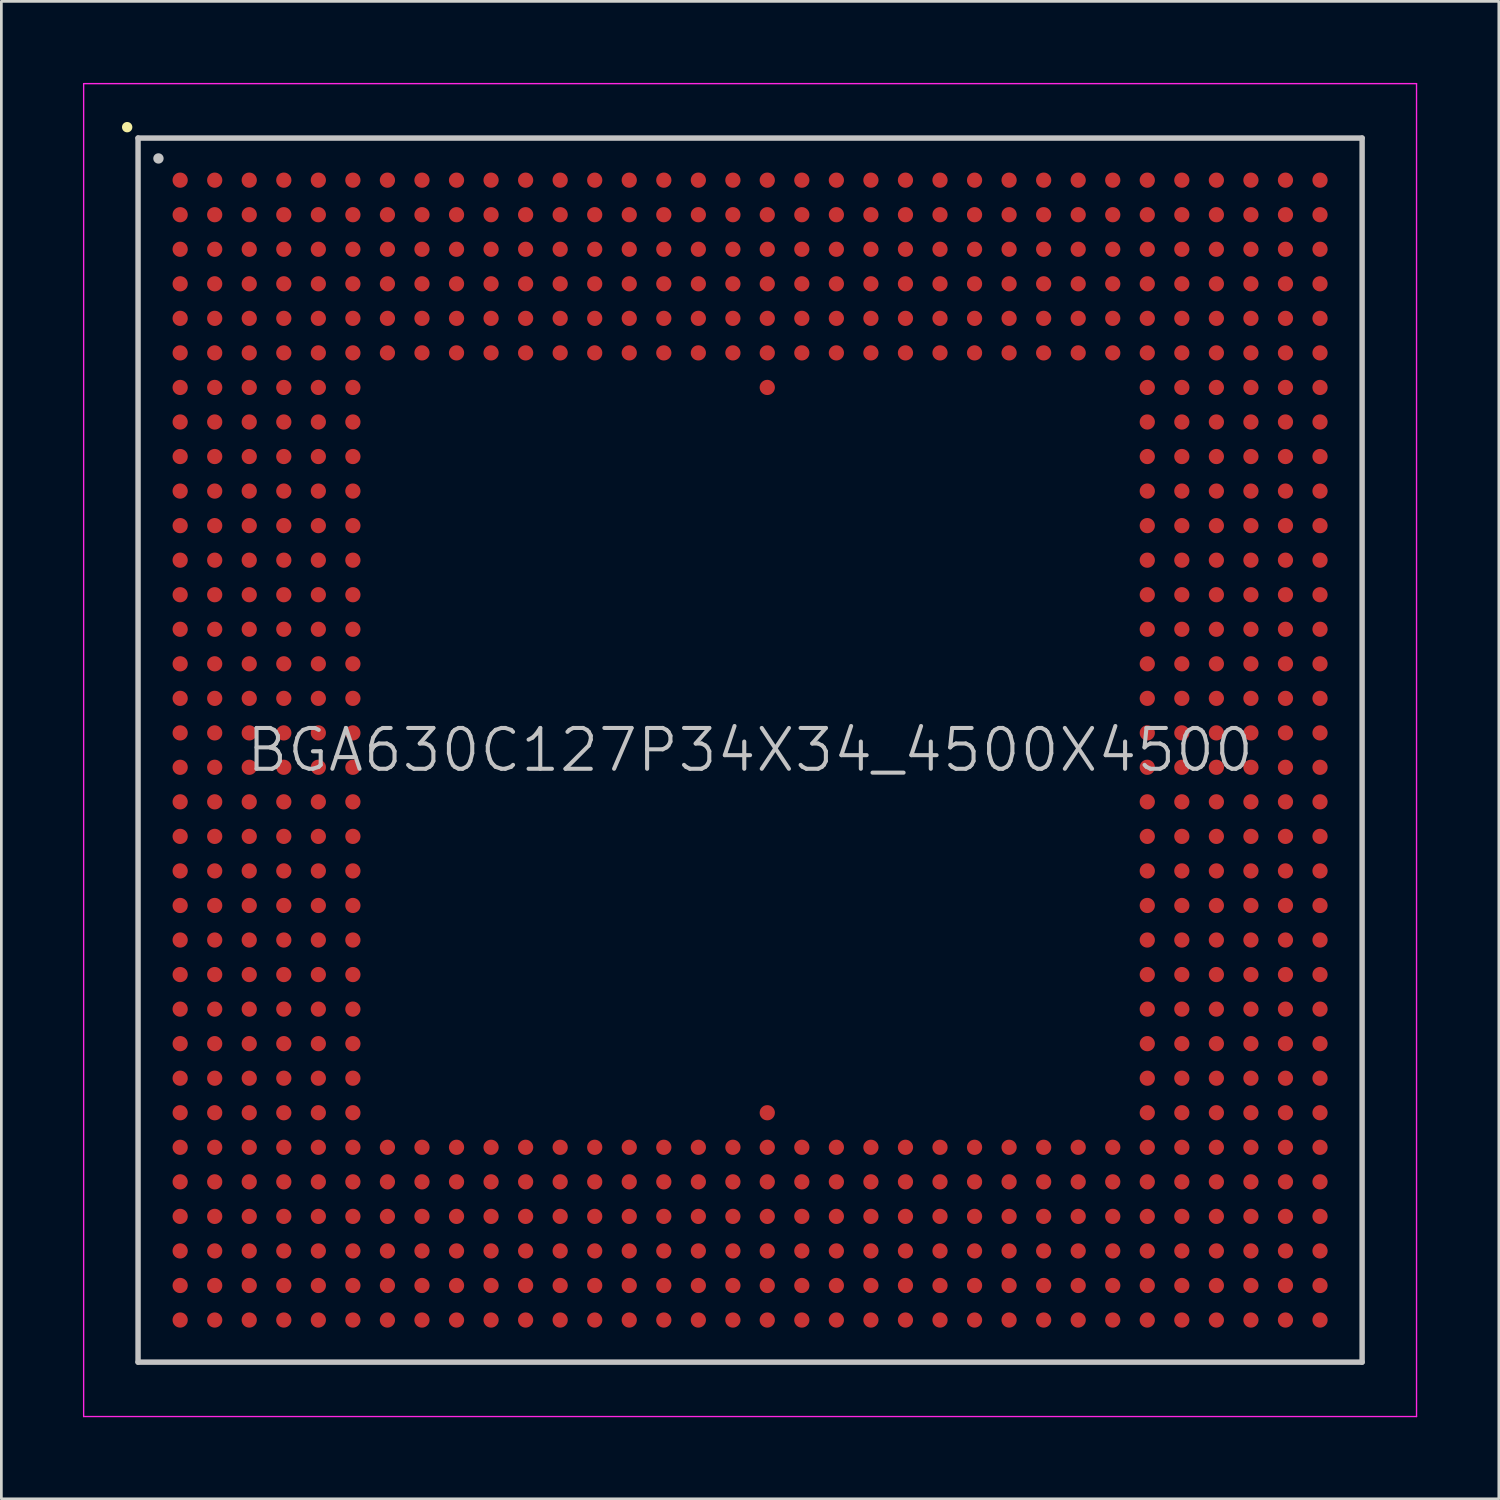
<source format=kicad_pcb>
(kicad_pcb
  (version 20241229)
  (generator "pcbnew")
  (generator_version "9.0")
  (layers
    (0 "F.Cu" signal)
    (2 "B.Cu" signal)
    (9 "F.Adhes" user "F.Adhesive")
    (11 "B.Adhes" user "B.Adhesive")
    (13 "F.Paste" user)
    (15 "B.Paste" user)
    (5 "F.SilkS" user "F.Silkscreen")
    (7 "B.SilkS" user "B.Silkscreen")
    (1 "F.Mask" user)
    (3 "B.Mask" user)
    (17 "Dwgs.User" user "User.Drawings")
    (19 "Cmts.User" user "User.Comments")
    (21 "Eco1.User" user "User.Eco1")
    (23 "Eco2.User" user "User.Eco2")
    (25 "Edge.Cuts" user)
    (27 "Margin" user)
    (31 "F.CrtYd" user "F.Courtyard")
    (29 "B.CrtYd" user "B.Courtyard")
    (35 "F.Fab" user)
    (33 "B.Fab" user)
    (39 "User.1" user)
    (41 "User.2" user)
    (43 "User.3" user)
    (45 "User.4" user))
  (footprint "BGA630C127P34X34_4500X4500"
    (layer "F.Cu")
    (at 24.525 24.525)
    (property "Reference" "BGA630C127P34X34_4500X4500" (at 0 0 0) (layer "Dwgs.User") (effects (font (size 1.5 1.5) (thickness 0.15))))
    (attr smd)
    (fp_line (start -22.9 -22.9) (end -22.9 -22.9) (stroke (width 0.381) (type solid)) (layer "F.SilkS"))
    (fp_line (start -22.5 -22.5) (end -22.5 22.5) (stroke (width 0.2) (type solid)) (layer "Dwgs.User"))
    (fp_line (start -22.5 -22.5) (end 22.5 -22.5) (stroke (width 0.2) (type solid)) (layer "Dwgs.User"))
    (fp_line (start -22.5 22.5) (end 22.5 22.5) (stroke (width 0.2) (type solid)) (layer "Dwgs.User"))
    (fp_line (start -21.75 -21.75) (end -21.75 -21.75) (stroke (width 0.381) (type solid)) (layer "Dwgs.User"))
    (fp_line (start 22.5 -22.5) (end 22.5 22.5) (stroke (width 0.2) (type solid)) (layer "Dwgs.User"))
    (fp_line (start -24.5 -24.5) (end -24.5 24.5) (stroke (width 0.05) (type solid)) (layer "F.CrtYd"))
    (fp_line (start -24.5 -24.5) (end 24.5 -24.5) (stroke (width 0.05) (type solid)) (layer "F.CrtYd"))
    (fp_line (start -24.5 24.5) (end 24.5 24.5) (stroke (width 0.05) (type solid)) (layer "F.CrtYd"))
    (fp_line (start 24.5 -24.5) (end 24.5 24.5) (stroke (width 0.05) (type solid)) (layer "F.CrtYd"))
    (pad "A1" smd circle (at -20.952 -20.952 270) (size 0.56 0.56) (layers "F.Cu" "F.Mask" "F.Paste"))
    (pad "A2" smd circle (at -19.682 -20.952 270) (size 0.56 0.56) (layers "F.Cu" "F.Mask" "F.Paste"))
    (pad "A3" smd circle (at -18.412 -20.952 270) (size 0.56 0.56) (layers "F.Cu" "F.Mask" "F.Paste"))
    (pad "A4" smd circle (at -17.142 -20.952 270) (size 0.56 0.56) (layers "F.Cu" "F.Mask" "F.Paste"))
    (pad "A5" smd circle (at -15.872 -20.952 270) (size 0.56 0.56) (layers "F.Cu" "F.Mask" "F.Paste"))
    (pad "A6" smd circle (at -14.602 -20.952 270) (size 0.56 0.56) (layers "F.Cu" "F.Mask" "F.Paste"))
    (pad "A7" smd circle (at -13.332 -20.952 270) (size 0.56 0.56) (layers "F.Cu" "F.Mask" "F.Paste"))
    (pad "A8" smd circle (at -12.062 -20.952 270) (size 0.56 0.56) (layers "F.Cu" "F.Mask" "F.Paste"))
    (pad "A9" smd circle (at -10.792 -20.952 270) (size 0.56 0.56) (layers "F.Cu" "F.Mask" "F.Paste"))
    (pad "A10" smd circle (at -9.522 -20.952 270) (size 0.56 0.56) (layers "F.Cu" "F.Mask" "F.Paste"))
    (pad "A11" smd circle (at -8.252 -20.952 270) (size 0.56 0.56) (layers "F.Cu" "F.Mask" "F.Paste"))
    (pad "A12" smd circle (at -6.982 -20.952 270) (size 0.56 0.56) (layers "F.Cu" "F.Mask" "F.Paste"))
    (pad "A13" smd circle (at -5.712 -20.952 270) (size 0.56 0.56) (layers "F.Cu" "F.Mask" "F.Paste"))
    (pad "A14" smd circle (at -4.442 -20.952 270) (size 0.56 0.56) (layers "F.Cu" "F.Mask" "F.Paste"))
    (pad "A15" smd circle (at -3.172 -20.952 270) (size 0.56 0.56) (layers "F.Cu" "F.Mask" "F.Paste"))
    (pad "A16" smd circle (at -1.902 -20.952 270) (size 0.56 0.56) (layers "F.Cu" "F.Mask" "F.Paste"))
    (pad "A17" smd circle (at -0.632 -20.952 270) (size 0.56 0.56) (layers "F.Cu" "F.Mask" "F.Paste"))
    (pad "A18" smd circle (at 0.632 -20.952 270) (size 0.56 0.56) (layers "F.Cu" "F.Mask" "F.Paste"))
    (pad "A19" smd circle (at 1.902 -20.952 270) (size 0.56 0.56) (layers "F.Cu" "F.Mask" "F.Paste"))
    (pad "A20" smd circle (at 3.172 -20.952 270) (size 0.56 0.56) (layers "F.Cu" "F.Mask" "F.Paste"))
    (pad "A21" smd circle (at 4.442 -20.952 270) (size 0.56 0.56) (layers "F.Cu" "F.Mask" "F.Paste"))
    (pad "A22" smd circle (at 5.712 -20.952 270) (size 0.56 0.56) (layers "F.Cu" "F.Mask" "F.Paste"))
    (pad "A23" smd circle (at 6.982 -20.952 270) (size 0.56 0.56) (layers "F.Cu" "F.Mask" "F.Paste"))
    (pad "A24" smd circle (at 8.252 -20.952 270) (size 0.56 0.56) (layers "F.Cu" "F.Mask" "F.Paste"))
    (pad "A25" smd circle (at 9.522 -20.952 270) (size 0.56 0.56) (layers "F.Cu" "F.Mask" "F.Paste"))
    (pad "A26" smd circle (at 10.792 -20.952 270) (size 0.56 0.56) (layers "F.Cu" "F.Mask" "F.Paste"))
    (pad "A27" smd circle (at 12.062 -20.952 270) (size 0.56 0.56) (layers "F.Cu" "F.Mask" "F.Paste"))
    (pad "A28" smd circle (at 13.332 -20.952 270) (size 0.56 0.56) (layers "F.Cu" "F.Mask" "F.Paste"))
    (pad "A29" smd circle (at 14.602 -20.952 270) (size 0.56 0.56) (layers "F.Cu" "F.Mask" "F.Paste"))
    (pad "A30" smd circle (at 15.872 -20.952 270) (size 0.56 0.56) (layers "F.Cu" "F.Mask" "F.Paste"))
    (pad "A31" smd circle (at 17.142 -20.952 270) (size 0.56 0.56) (layers "F.Cu" "F.Mask" "F.Paste"))
    (pad "A32" smd circle (at 18.412 -20.952 270) (size 0.56 0.56) (layers "F.Cu" "F.Mask" "F.Paste"))
    (pad "A33" smd circle (at 19.682 -20.952 270) (size 0.56 0.56) (layers "F.Cu" "F.Mask" "F.Paste"))
    (pad "A34" smd circle (at 20.952 -20.952 270) (size 0.56 0.56) (layers "F.Cu" "F.Mask" "F.Paste"))
    (pad "AA1" smd circle (at -20.952 4.442 270) (size 0.56 0.56) (layers "F.Cu" "F.Mask" "F.Paste"))
    (pad "AA2" smd circle (at -19.682 4.442 270) (size 0.56 0.56) (layers "F.Cu" "F.Mask" "F.Paste"))
    (pad "AA3" smd circle (at -18.412 4.442 270) (size 0.56 0.56) (layers "F.Cu" "F.Mask" "F.Paste"))
    (pad "AA4" smd circle (at -17.142 4.442 270) (size 0.56 0.56) (layers "F.Cu" "F.Mask" "F.Paste"))
    (pad "AA5" smd circle (at -15.872 4.442 270) (size 0.56 0.56) (layers "F.Cu" "F.Mask" "F.Paste"))
    (pad "AA6" smd circle (at -14.602 4.442 270) (size 0.56 0.56) (layers "F.Cu" "F.Mask" "F.Paste"))
    (pad "AA29" smd circle (at 14.602 4.442 270) (size 0.56 0.56) (layers "F.Cu" "F.Mask" "F.Paste"))
    (pad "AA30" smd circle (at 15.872 4.442 270) (size 0.56 0.56) (layers "F.Cu" "F.Mask" "F.Paste"))
    (pad "AA31" smd circle (at 17.142 4.442 270) (size 0.56 0.56) (layers "F.Cu" "F.Mask" "F.Paste"))
    (pad "AA32" smd circle (at 18.412 4.442 270) (size 0.56 0.56) (layers "F.Cu" "F.Mask" "F.Paste"))
    (pad "AA33" smd circle (at 19.682 4.442 270) (size 0.56 0.56) (layers "F.Cu" "F.Mask" "F.Paste"))
    (pad "AA34" smd circle (at 20.952 4.442 270) (size 0.56 0.56) (layers "F.Cu" "F.Mask" "F.Paste"))
    (pad "AB1" smd circle (at -20.952 5.712 270) (size 0.56 0.56) (layers "F.Cu" "F.Mask" "F.Paste"))
    (pad "AB2" smd circle (at -19.682 5.712 270) (size 0.56 0.56) (layers "F.Cu" "F.Mask" "F.Paste"))
    (pad "AB3" smd circle (at -18.412 5.712 270) (size 0.56 0.56) (layers "F.Cu" "F.Mask" "F.Paste"))
    (pad "AB4" smd circle (at -17.142 5.712 270) (size 0.56 0.56) (layers "F.Cu" "F.Mask" "F.Paste"))
    (pad "AB5" smd circle (at -15.872 5.712 270) (size 0.56 0.56) (layers "F.Cu" "F.Mask" "F.Paste"))
    (pad "AB6" smd circle (at -14.602 5.712 270) (size 0.56 0.56) (layers "F.Cu" "F.Mask" "F.Paste"))
    (pad "AB29" smd circle (at 14.602 5.712 270) (size 0.56 0.56) (layers "F.Cu" "F.Mask" "F.Paste"))
    (pad "AB30" smd circle (at 15.872 5.712 270) (size 0.56 0.56) (layers "F.Cu" "F.Mask" "F.Paste"))
    (pad "AB31" smd circle (at 17.142 5.712 270) (size 0.56 0.56) (layers "F.Cu" "F.Mask" "F.Paste"))
    (pad "AB32" smd circle (at 18.412 5.712 270) (size 0.56 0.56) (layers "F.Cu" "F.Mask" "F.Paste"))
    (pad "AB33" smd circle (at 19.682 5.712 270) (size 0.56 0.56) (layers "F.Cu" "F.Mask" "F.Paste"))
    (pad "AB34" smd circle (at 20.952 5.712 270) (size 0.56 0.56) (layers "F.Cu" "F.Mask" "F.Paste"))
    (pad "AC1" smd circle (at -20.952 6.982 270) (size 0.56 0.56) (layers "F.Cu" "F.Mask" "F.Paste"))
    (pad "AC2" smd circle (at -19.682 6.982 270) (size 0.56 0.56) (layers "F.Cu" "F.Mask" "F.Paste"))
    (pad "AC3" smd circle (at -18.412 6.982 270) (size 0.56 0.56) (layers "F.Cu" "F.Mask" "F.Paste"))
    (pad "AC4" smd circle (at -17.142 6.982 270) (size 0.56 0.56) (layers "F.Cu" "F.Mask" "F.Paste"))
    (pad "AC5" smd circle (at -15.872 6.982 270) (size 0.56 0.56) (layers "F.Cu" "F.Mask" "F.Paste"))
    (pad "AC6" smd circle (at -14.602 6.982 270) (size 0.56 0.56) (layers "F.Cu" "F.Mask" "F.Paste"))
    (pad "AC29" smd circle (at 14.602 6.982 270) (size 0.56 0.56) (layers "F.Cu" "F.Mask" "F.Paste"))
    (pad "AC30" smd circle (at 15.872 6.982 270) (size 0.56 0.56) (layers "F.Cu" "F.Mask" "F.Paste"))
    (pad "AC31" smd circle (at 17.142 6.982 270) (size 0.56 0.56) (layers "F.Cu" "F.Mask" "F.Paste"))
    (pad "AC32" smd circle (at 18.412 6.982 270) (size 0.56 0.56) (layers "F.Cu" "F.Mask" "F.Paste"))
    (pad "AC33" smd circle (at 19.682 6.982 270) (size 0.56 0.56) (layers "F.Cu" "F.Mask" "F.Paste"))
    (pad "AC34" smd circle (at 20.952 6.982 270) (size 0.56 0.56) (layers "F.Cu" "F.Mask" "F.Paste"))
    (pad "AD1" smd circle (at -20.952 8.252 270) (size 0.56 0.56) (layers "F.Cu" "F.Mask" "F.Paste"))
    (pad "AD2" smd circle (at -19.682 8.252 270) (size 0.56 0.56) (layers "F.Cu" "F.Mask" "F.Paste"))
    (pad "AD3" smd circle (at -18.412 8.252 270) (size 0.56 0.56) (layers "F.Cu" "F.Mask" "F.Paste"))
    (pad "AD4" smd circle (at -17.142 8.252 270) (size 0.56 0.56) (layers "F.Cu" "F.Mask" "F.Paste"))
    (pad "AD5" smd circle (at -15.872 8.252 270) (size 0.56 0.56) (layers "F.Cu" "F.Mask" "F.Paste"))
    (pad "AD6" smd circle (at -14.602 8.252 270) (size 0.56 0.56) (layers "F.Cu" "F.Mask" "F.Paste"))
    (pad "AD29" smd circle (at 14.602 8.252 270) (size 0.56 0.56) (layers "F.Cu" "F.Mask" "F.Paste"))
    (pad "AD30" smd circle (at 15.872 8.252 270) (size 0.56 0.56) (layers "F.Cu" "F.Mask" "F.Paste"))
    (pad "AD31" smd circle (at 17.142 8.252 270) (size 0.56 0.56) (layers "F.Cu" "F.Mask" "F.Paste"))
    (pad "AD32" smd circle (at 18.412 8.252 270) (size 0.56 0.56) (layers "F.Cu" "F.Mask" "F.Paste"))
    (pad "AD33" smd circle (at 19.682 8.252 270) (size 0.56 0.56) (layers "F.Cu" "F.Mask" "F.Paste"))
    (pad "AD34" smd circle (at 20.952 8.252 270) (size 0.56 0.56) (layers "F.Cu" "F.Mask" "F.Paste"))
    (pad "AE1" smd circle (at -20.952 9.522 270) (size 0.56 0.56) (layers "F.Cu" "F.Mask" "F.Paste"))
    (pad "AE2" smd circle (at -19.682 9.522 270) (size 0.56 0.56) (layers "F.Cu" "F.Mask" "F.Paste"))
    (pad "AE3" smd circle (at -18.412 9.522 270) (size 0.56 0.56) (layers "F.Cu" "F.Mask" "F.Paste"))
    (pad "AE4" smd circle (at -17.142 9.522 270) (size 0.56 0.56) (layers "F.Cu" "F.Mask" "F.Paste"))
    (pad "AE5" smd circle (at -15.872 9.522 270) (size 0.56 0.56) (layers "F.Cu" "F.Mask" "F.Paste"))
    (pad "AE6" smd circle (at -14.602 9.522 270) (size 0.56 0.56) (layers "F.Cu" "F.Mask" "F.Paste"))
    (pad "AE29" smd circle (at 14.602 9.522 270) (size 0.56 0.56) (layers "F.Cu" "F.Mask" "F.Paste"))
    (pad "AE30" smd circle (at 15.872 9.522 270) (size 0.56 0.56) (layers "F.Cu" "F.Mask" "F.Paste"))
    (pad "AE31" smd circle (at 17.142 9.522 270) (size 0.56 0.56) (layers "F.Cu" "F.Mask" "F.Paste"))
    (pad "AE32" smd circle (at 18.412 9.522 270) (size 0.56 0.56) (layers "F.Cu" "F.Mask" "F.Paste"))
    (pad "AE33" smd circle (at 19.682 9.522 270) (size 0.56 0.56) (layers "F.Cu" "F.Mask" "F.Paste"))
    (pad "AE34" smd circle (at 20.952 9.522 270) (size 0.56 0.56) (layers "F.Cu" "F.Mask" "F.Paste"))
    (pad "AF1" smd circle (at -20.952 10.792 270) (size 0.56 0.56) (layers "F.Cu" "F.Mask" "F.Paste"))
    (pad "AF2" smd circle (at -19.682 10.792 270) (size 0.56 0.56) (layers "F.Cu" "F.Mask" "F.Paste"))
    (pad "AF3" smd circle (at -18.412 10.792 270) (size 0.56 0.56) (layers "F.Cu" "F.Mask" "F.Paste"))
    (pad "AF4" smd circle (at -17.142 10.792 270) (size 0.56 0.56) (layers "F.Cu" "F.Mask" "F.Paste"))
    (pad "AF5" smd circle (at -15.872 10.792 270) (size 0.56 0.56) (layers "F.Cu" "F.Mask" "F.Paste"))
    (pad "AF6" smd circle (at -14.602 10.792 270) (size 0.56 0.56) (layers "F.Cu" "F.Mask" "F.Paste"))
    (pad "AF29" smd circle (at 14.602 10.792 270) (size 0.56 0.56) (layers "F.Cu" "F.Mask" "F.Paste"))
    (pad "AF30" smd circle (at 15.872 10.792 270) (size 0.56 0.56) (layers "F.Cu" "F.Mask" "F.Paste"))
    (pad "AF31" smd circle (at 17.142 10.792 270) (size 0.56 0.56) (layers "F.Cu" "F.Mask" "F.Paste"))
    (pad "AF32" smd circle (at 18.412 10.792 270) (size 0.56 0.56) (layers "F.Cu" "F.Mask" "F.Paste"))
    (pad "AF33" smd circle (at 19.682 10.792 270) (size 0.56 0.56) (layers "F.Cu" "F.Mask" "F.Paste"))
    (pad "AF34" smd circle (at 20.952 10.792 270) (size 0.56 0.56) (layers "F.Cu" "F.Mask" "F.Paste"))
    (pad "AG1" smd circle (at -20.952 12.062 270) (size 0.56 0.56) (layers "F.Cu" "F.Mask" "F.Paste"))
    (pad "AG2" smd circle (at -19.682 12.062 270) (size 0.56 0.56) (layers "F.Cu" "F.Mask" "F.Paste"))
    (pad "AG3" smd circle (at -18.412 12.062 270) (size 0.56 0.56) (layers "F.Cu" "F.Mask" "F.Paste"))
    (pad "AG4" smd circle (at -17.142 12.062 270) (size 0.56 0.56) (layers "F.Cu" "F.Mask" "F.Paste"))
    (pad "AG5" smd circle (at -15.872 12.062 270) (size 0.56 0.56) (layers "F.Cu" "F.Mask" "F.Paste"))
    (pad "AG6" smd circle (at -14.602 12.062 270) (size 0.56 0.56) (layers "F.Cu" "F.Mask" "F.Paste"))
    (pad "AG29" smd circle (at 14.602 12.062 270) (size 0.56 0.56) (layers "F.Cu" "F.Mask" "F.Paste"))
    (pad "AG30" smd circle (at 15.872 12.062 270) (size 0.56 0.56) (layers "F.Cu" "F.Mask" "F.Paste"))
    (pad "AG31" smd circle (at 17.142 12.062 270) (size 0.56 0.56) (layers "F.Cu" "F.Mask" "F.Paste"))
    (pad "AG32" smd circle (at 18.412 12.062 270) (size 0.56 0.56) (layers "F.Cu" "F.Mask" "F.Paste"))
    (pad "AG33" smd circle (at 19.682 12.062 270) (size 0.56 0.56) (layers "F.Cu" "F.Mask" "F.Paste"))
    (pad "AG34" smd circle (at 20.952 12.062 270) (size 0.56 0.56) (layers "F.Cu" "F.Mask" "F.Paste"))
    (pad "AH1" smd circle (at -20.952 13.332 270) (size 0.56 0.56) (layers "F.Cu" "F.Mask" "F.Paste"))
    (pad "AH2" smd circle (at -19.682 13.332 270) (size 0.56 0.56) (layers "F.Cu" "F.Mask" "F.Paste"))
    (pad "AH3" smd circle (at -18.412 13.332 270) (size 0.56 0.56) (layers "F.Cu" "F.Mask" "F.Paste"))
    (pad "AH4" smd circle (at -17.142 13.332 270) (size 0.56 0.56) (layers "F.Cu" "F.Mask" "F.Paste"))
    (pad "AH5" smd circle (at -15.872 13.332 270) (size 0.56 0.56) (layers "F.Cu" "F.Mask" "F.Paste"))
    (pad "AH6" smd circle (at -14.602 13.332 270) (size 0.56 0.56) (layers "F.Cu" "F.Mask" "F.Paste"))
    (pad "AH18" smd circle (at 0.632 13.332 270) (size 0.56 0.56) (layers "F.Cu" "F.Mask" "F.Paste"))
    (pad "AH29" smd circle (at 14.602 13.332 270) (size 0.56 0.56) (layers "F.Cu" "F.Mask" "F.Paste"))
    (pad "AH30" smd circle (at 15.872 13.332 270) (size 0.56 0.56) (layers "F.Cu" "F.Mask" "F.Paste"))
    (pad "AH31" smd circle (at 17.142 13.332 270) (size 0.56 0.56) (layers "F.Cu" "F.Mask" "F.Paste"))
    (pad "AH32" smd circle (at 18.412 13.332 270) (size 0.56 0.56) (layers "F.Cu" "F.Mask" "F.Paste"))
    (pad "AH33" smd circle (at 19.682 13.332 270) (size 0.56 0.56) (layers "F.Cu" "F.Mask" "F.Paste"))
    (pad "AH34" smd circle (at 20.952 13.332 270) (size 0.56 0.56) (layers "F.Cu" "F.Mask" "F.Paste"))
    (pad "AJ1" smd circle (at -20.952 14.602 270) (size 0.56 0.56) (layers "F.Cu" "F.Mask" "F.Paste"))
    (pad "AJ2" smd circle (at -19.682 14.602 270) (size 0.56 0.56) (layers "F.Cu" "F.Mask" "F.Paste"))
    (pad "AJ3" smd circle (at -18.412 14.602 270) (size 0.56 0.56) (layers "F.Cu" "F.Mask" "F.Paste"))
    (pad "AJ4" smd circle (at -17.142 14.602 270) (size 0.56 0.56) (layers "F.Cu" "F.Mask" "F.Paste"))
    (pad "AJ5" smd circle (at -15.872 14.602 270) (size 0.56 0.56) (layers "F.Cu" "F.Mask" "F.Paste"))
    (pad "AJ6" smd circle (at -14.602 14.602 270) (size 0.56 0.56) (layers "F.Cu" "F.Mask" "F.Paste"))
    (pad "AJ7" smd circle (at -13.332 14.602 270) (size 0.56 0.56) (layers "F.Cu" "F.Mask" "F.Paste"))
    (pad "AJ8" smd circle (at -12.062 14.602 270) (size 0.56 0.56) (layers "F.Cu" "F.Mask" "F.Paste"))
    (pad "AJ9" smd circle (at -10.792 14.602 270) (size 0.56 0.56) (layers "F.Cu" "F.Mask" "F.Paste"))
    (pad "AJ10" smd circle (at -9.522 14.602 270) (size 0.56 0.56) (layers "F.Cu" "F.Mask" "F.Paste"))
    (pad "AJ11" smd circle (at -8.252 14.602 270) (size 0.56 0.56) (layers "F.Cu" "F.Mask" "F.Paste"))
    (pad "AJ12" smd circle (at -6.982 14.602 270) (size 0.56 0.56) (layers "F.Cu" "F.Mask" "F.Paste"))
    (pad "AJ13" smd circle (at -5.712 14.602 270) (size 0.56 0.56) (layers "F.Cu" "F.Mask" "F.Paste"))
    (pad "AJ14" smd circle (at -4.442 14.602 270) (size 0.56 0.56) (layers "F.Cu" "F.Mask" "F.Paste"))
    (pad "AJ15" smd circle (at -3.172 14.602 270) (size 0.56 0.56) (layers "F.Cu" "F.Mask" "F.Paste"))
    (pad "AJ16" smd circle (at -1.902 14.602 270) (size 0.56 0.56) (layers "F.Cu" "F.Mask" "F.Paste"))
    (pad "AJ17" smd circle (at -0.632 14.602 270) (size 0.56 0.56) (layers "F.Cu" "F.Mask" "F.Paste"))
    (pad "AJ18" smd circle (at 0.632 14.602 270) (size 0.56 0.56) (layers "F.Cu" "F.Mask" "F.Paste"))
    (pad "AJ19" smd circle (at 1.902 14.602 270) (size 0.56 0.56) (layers "F.Cu" "F.Mask" "F.Paste"))
    (pad "AJ20" smd circle (at 3.172 14.602 270) (size 0.56 0.56) (layers "F.Cu" "F.Mask" "F.Paste"))
    (pad "AJ21" smd circle (at 4.442 14.602 270) (size 0.56 0.56) (layers "F.Cu" "F.Mask" "F.Paste"))
    (pad "AJ22" smd circle (at 5.712 14.602 270) (size 0.56 0.56) (layers "F.Cu" "F.Mask" "F.Paste"))
    (pad "AJ23" smd circle (at 6.982 14.602 270) (size 0.56 0.56) (layers "F.Cu" "F.Mask" "F.Paste"))
    (pad "AJ24" smd circle (at 8.252 14.602 270) (size 0.56 0.56) (layers "F.Cu" "F.Mask" "F.Paste"))
    (pad "AJ25" smd circle (at 9.522 14.602 270) (size 0.56 0.56) (layers "F.Cu" "F.Mask" "F.Paste"))
    (pad "AJ26" smd circle (at 10.792 14.602 270) (size 0.56 0.56) (layers "F.Cu" "F.Mask" "F.Paste"))
    (pad "AJ27" smd circle (at 12.062 14.602 270) (size 0.56 0.56) (layers "F.Cu" "F.Mask" "F.Paste"))
    (pad "AJ28" smd circle (at 13.332 14.602 270) (size 0.56 0.56) (layers "F.Cu" "F.Mask" "F.Paste"))
    (pad "AJ29" smd circle (at 14.602 14.602 270) (size 0.56 0.56) (layers "F.Cu" "F.Mask" "F.Paste"))
    (pad "AJ30" smd circle (at 15.872 14.602 270) (size 0.56 0.56) (layers "F.Cu" "F.Mask" "F.Paste"))
    (pad "AJ31" smd circle (at 17.142 14.602 270) (size 0.56 0.56) (layers "F.Cu" "F.Mask" "F.Paste"))
    (pad "AJ32" smd circle (at 18.412 14.602 270) (size 0.56 0.56) (layers "F.Cu" "F.Mask" "F.Paste"))
    (pad "AJ33" smd circle (at 19.682 14.602 270) (size 0.56 0.56) (layers "F.Cu" "F.Mask" "F.Paste"))
    (pad "AJ34" smd circle (at 20.952 14.602 270) (size 0.56 0.56) (layers "F.Cu" "F.Mask" "F.Paste"))
    (pad "AK1" smd circle (at -20.952 15.872 270) (size 0.56 0.56) (layers "F.Cu" "F.Mask" "F.Paste"))
    (pad "AK2" smd circle (at -19.682 15.872 270) (size 0.56 0.56) (layers "F.Cu" "F.Mask" "F.Paste"))
    (pad "AK3" smd circle (at -18.412 15.872 270) (size 0.56 0.56) (layers "F.Cu" "F.Mask" "F.Paste"))
    (pad "AK4" smd circle (at -17.142 15.872 270) (size 0.56 0.56) (layers "F.Cu" "F.Mask" "F.Paste"))
    (pad "AK5" smd circle (at -15.872 15.872 270) (size 0.56 0.56) (layers "F.Cu" "F.Mask" "F.Paste"))
    (pad "AK6" smd circle (at -14.602 15.872 270) (size 0.56 0.56) (layers "F.Cu" "F.Mask" "F.Paste"))
    (pad "AK7" smd circle (at -13.332 15.872 270) (size 0.56 0.56) (layers "F.Cu" "F.Mask" "F.Paste"))
    (pad "AK8" smd circle (at -12.062 15.872 270) (size 0.56 0.56) (layers "F.Cu" "F.Mask" "F.Paste"))
    (pad "AK9" smd circle (at -10.792 15.872 270) (size 0.56 0.56) (layers "F.Cu" "F.Mask" "F.Paste"))
    (pad "AK10" smd circle (at -9.522 15.872 270) (size 0.56 0.56) (layers "F.Cu" "F.Mask" "F.Paste"))
    (pad "AK11" smd circle (at -8.252 15.872 270) (size 0.56 0.56) (layers "F.Cu" "F.Mask" "F.Paste"))
    (pad "AK12" smd circle (at -6.982 15.872 270) (size 0.56 0.56) (layers "F.Cu" "F.Mask" "F.Paste"))
    (pad "AK13" smd circle (at -5.712 15.872 270) (size 0.56 0.56) (layers "F.Cu" "F.Mask" "F.Paste"))
    (pad "AK14" smd circle (at -4.442 15.872 270) (size 0.56 0.56) (layers "F.Cu" "F.Mask" "F.Paste"))
    (pad "AK15" smd circle (at -3.172 15.872 270) (size 0.56 0.56) (layers "F.Cu" "F.Mask" "F.Paste"))
    (pad "AK16" smd circle (at -1.902 15.872 270) (size 0.56 0.56) (layers "F.Cu" "F.Mask" "F.Paste"))
    (pad "AK17" smd circle (at -0.632 15.872 270) (size 0.56 0.56) (layers "F.Cu" "F.Mask" "F.Paste"))
    (pad "AK18" smd circle (at 0.632 15.872 270) (size 0.56 0.56) (layers "F.Cu" "F.Mask" "F.Paste"))
    (pad "AK19" smd circle (at 1.902 15.872 270) (size 0.56 0.56) (layers "F.Cu" "F.Mask" "F.Paste"))
    (pad "AK20" smd circle (at 3.172 15.872 270) (size 0.56 0.56) (layers "F.Cu" "F.Mask" "F.Paste"))
    (pad "AK21" smd circle (at 4.442 15.872 270) (size 0.56 0.56) (layers "F.Cu" "F.Mask" "F.Paste"))
    (pad "AK22" smd circle (at 5.712 15.872 270) (size 0.56 0.56) (layers "F.Cu" "F.Mask" "F.Paste"))
    (pad "AK23" smd circle (at 6.982 15.872 270) (size 0.56 0.56) (layers "F.Cu" "F.Mask" "F.Paste"))
    (pad "AK24" smd circle (at 8.252 15.872 270) (size 0.56 0.56) (layers "F.Cu" "F.Mask" "F.Paste"))
    (pad "AK25" smd circle (at 9.522 15.872 270) (size 0.56 0.56) (layers "F.Cu" "F.Mask" "F.Paste"))
    (pad "AK26" smd circle (at 10.792 15.872 270) (size 0.56 0.56) (layers "F.Cu" "F.Mask" "F.Paste"))
    (pad "AK27" smd circle (at 12.062 15.872 270) (size 0.56 0.56) (layers "F.Cu" "F.Mask" "F.Paste"))
    (pad "AK28" smd circle (at 13.332 15.872 270) (size 0.56 0.56) (layers "F.Cu" "F.Mask" "F.Paste"))
    (pad "AK29" smd circle (at 14.602 15.872 270) (size 0.56 0.56) (layers "F.Cu" "F.Mask" "F.Paste"))
    (pad "AK30" smd circle (at 15.872 15.872 270) (size 0.56 0.56) (layers "F.Cu" "F.Mask" "F.Paste"))
    (pad "AK31" smd circle (at 17.142 15.872 270) (size 0.56 0.56) (layers "F.Cu" "F.Mask" "F.Paste"))
    (pad "AK32" smd circle (at 18.412 15.872 270) (size 0.56 0.56) (layers "F.Cu" "F.Mask" "F.Paste"))
    (pad "AK33" smd circle (at 19.682 15.872 270) (size 0.56 0.56) (layers "F.Cu" "F.Mask" "F.Paste"))
    (pad "AK34" smd circle (at 20.952 15.872 270) (size 0.56 0.56) (layers "F.Cu" "F.Mask" "F.Paste"))
    (pad "AL1" smd circle (at -20.952 17.142 270) (size 0.56 0.56) (layers "F.Cu" "F.Mask" "F.Paste"))
    (pad "AL2" smd circle (at -19.682 17.142 270) (size 0.56 0.56) (layers "F.Cu" "F.Mask" "F.Paste"))
    (pad "AL3" smd circle (at -18.412 17.142 270) (size 0.56 0.56) (layers "F.Cu" "F.Mask" "F.Paste"))
    (pad "AL4" smd circle (at -17.142 17.142 270) (size 0.56 0.56) (layers "F.Cu" "F.Mask" "F.Paste"))
    (pad "AL5" smd circle (at -15.872 17.142 270) (size 0.56 0.56) (layers "F.Cu" "F.Mask" "F.Paste"))
    (pad "AL6" smd circle (at -14.602 17.142 270) (size 0.56 0.56) (layers "F.Cu" "F.Mask" "F.Paste"))
    (pad "AL7" smd circle (at -13.332 17.142 270) (size 0.56 0.56) (layers "F.Cu" "F.Mask" "F.Paste"))
    (pad "AL8" smd circle (at -12.062 17.142 270) (size 0.56 0.56) (layers "F.Cu" "F.Mask" "F.Paste"))
    (pad "AL9" smd circle (at -10.792 17.142 270) (size 0.56 0.56) (layers "F.Cu" "F.Mask" "F.Paste"))
    (pad "AL10" smd circle (at -9.522 17.142 270) (size 0.56 0.56) (layers "F.Cu" "F.Mask" "F.Paste"))
    (pad "AL11" smd circle (at -8.252 17.142 270) (size 0.56 0.56) (layers "F.Cu" "F.Mask" "F.Paste"))
    (pad "AL12" smd circle (at -6.982 17.142 270) (size 0.56 0.56) (layers "F.Cu" "F.Mask" "F.Paste"))
    (pad "AL13" smd circle (at -5.712 17.142 270) (size 0.56 0.56) (layers "F.Cu" "F.Mask" "F.Paste"))
    (pad "AL14" smd circle (at -4.442 17.142 270) (size 0.56 0.56) (layers "F.Cu" "F.Mask" "F.Paste"))
    (pad "AL15" smd circle (at -3.172 17.142 270) (size 0.56 0.56) (layers "F.Cu" "F.Mask" "F.Paste"))
    (pad "AL16" smd circle (at -1.902 17.142 270) (size 0.56 0.56) (layers "F.Cu" "F.Mask" "F.Paste"))
    (pad "AL17" smd circle (at -0.632 17.142 270) (size 0.56 0.56) (layers "F.Cu" "F.Mask" "F.Paste"))
    (pad "AL18" smd circle (at 0.632 17.142 270) (size 0.56 0.56) (layers "F.Cu" "F.Mask" "F.Paste"))
    (pad "AL19" smd circle (at 1.902 17.142 270) (size 0.56 0.56) (layers "F.Cu" "F.Mask" "F.Paste"))
    (pad "AL20" smd circle (at 3.172 17.142 270) (size 0.56 0.56) (layers "F.Cu" "F.Mask" "F.Paste"))
    (pad "AL21" smd circle (at 4.442 17.142 270) (size 0.56 0.56) (layers "F.Cu" "F.Mask" "F.Paste"))
    (pad "AL22" smd circle (at 5.712 17.142 270) (size 0.56 0.56) (layers "F.Cu" "F.Mask" "F.Paste"))
    (pad "AL23" smd circle (at 6.982 17.142 270) (size 0.56 0.56) (layers "F.Cu" "F.Mask" "F.Paste"))
    (pad "AL24" smd circle (at 8.252 17.142 270) (size 0.56 0.56) (layers "F.Cu" "F.Mask" "F.Paste"))
    (pad "AL25" smd circle (at 9.522 17.142 270) (size 0.56 0.56) (layers "F.Cu" "F.Mask" "F.Paste"))
    (pad "AL26" smd circle (at 10.792 17.142 270) (size 0.56 0.56) (layers "F.Cu" "F.Mask" "F.Paste"))
    (pad "AL27" smd circle (at 12.062 17.142 270) (size 0.56 0.56) (layers "F.Cu" "F.Mask" "F.Paste"))
    (pad "AL28" smd circle (at 13.332 17.142 270) (size 0.56 0.56) (layers "F.Cu" "F.Mask" "F.Paste"))
    (pad "AL29" smd circle (at 14.602 17.142 270) (size 0.56 0.56) (layers "F.Cu" "F.Mask" "F.Paste"))
    (pad "AL30" smd circle (at 15.872 17.142 270) (size 0.56 0.56) (layers "F.Cu" "F.Mask" "F.Paste"))
    (pad "AL31" smd circle (at 17.142 17.142 270) (size 0.56 0.56) (layers "F.Cu" "F.Mask" "F.Paste"))
    (pad "AL32" smd circle (at 18.412 17.142 270) (size 0.56 0.56) (layers "F.Cu" "F.Mask" "F.Paste"))
    (pad "AL33" smd circle (at 19.682 17.142 270) (size 0.56 0.56) (layers "F.Cu" "F.Mask" "F.Paste"))
    (pad "AL34" smd circle (at 20.952 17.142 270) (size 0.56 0.56) (layers "F.Cu" "F.Mask" "F.Paste"))
    (pad "AM1" smd circle (at -20.952 18.412 270) (size 0.56 0.56) (layers "F.Cu" "F.Mask" "F.Paste"))
    (pad "AM2" smd circle (at -19.682 18.412 270) (size 0.56 0.56) (layers "F.Cu" "F.Mask" "F.Paste"))
    (pad "AM3" smd circle (at -18.412 18.412 270) (size 0.56 0.56) (layers "F.Cu" "F.Mask" "F.Paste"))
    (pad "AM4" smd circle (at -17.142 18.412 270) (size 0.56 0.56) (layers "F.Cu" "F.Mask" "F.Paste"))
    (pad "AM5" smd circle (at -15.872 18.412 270) (size 0.56 0.56) (layers "F.Cu" "F.Mask" "F.Paste"))
    (pad "AM6" smd circle (at -14.602 18.412 270) (size 0.56 0.56) (layers "F.Cu" "F.Mask" "F.Paste"))
    (pad "AM7" smd circle (at -13.332 18.412 270) (size 0.56 0.56) (layers "F.Cu" "F.Mask" "F.Paste"))
    (pad "AM8" smd circle (at -12.062 18.412 270) (size 0.56 0.56) (layers "F.Cu" "F.Mask" "F.Paste"))
    (pad "AM9" smd circle (at -10.792 18.412 270) (size 0.56 0.56) (layers "F.Cu" "F.Mask" "F.Paste"))
    (pad "AM10" smd circle (at -9.522 18.412 270) (size 0.56 0.56) (layers "F.Cu" "F.Mask" "F.Paste"))
    (pad "AM11" smd circle (at -8.252 18.412 270) (size 0.56 0.56) (layers "F.Cu" "F.Mask" "F.Paste"))
    (pad "AM12" smd circle (at -6.982 18.412 270) (size 0.56 0.56) (layers "F.Cu" "F.Mask" "F.Paste"))
    (pad "AM13" smd circle (at -5.712 18.412 270) (size 0.56 0.56) (layers "F.Cu" "F.Mask" "F.Paste"))
    (pad "AM14" smd circle (at -4.442 18.412 270) (size 0.56 0.56) (layers "F.Cu" "F.Mask" "F.Paste"))
    (pad "AM15" smd circle (at -3.172 18.412 270) (size 0.56 0.56) (layers "F.Cu" "F.Mask" "F.Paste"))
    (pad "AM16" smd circle (at -1.902 18.412 270) (size 0.56 0.56) (layers "F.Cu" "F.Mask" "F.Paste"))
    (pad "AM17" smd circle (at -0.632 18.412 270) (size 0.56 0.56) (layers "F.Cu" "F.Mask" "F.Paste"))
    (pad "AM18" smd circle (at 0.632 18.412 270) (size 0.56 0.56) (layers "F.Cu" "F.Mask" "F.Paste"))
    (pad "AM19" smd circle (at 1.902 18.412 270) (size 0.56 0.56) (layers "F.Cu" "F.Mask" "F.Paste"))
    (pad "AM20" smd circle (at 3.172 18.412 270) (size 0.56 0.56) (layers "F.Cu" "F.Mask" "F.Paste"))
    (pad "AM21" smd circle (at 4.442 18.412 270) (size 0.56 0.56) (layers "F.Cu" "F.Mask" "F.Paste"))
    (pad "AM22" smd circle (at 5.712 18.412 270) (size 0.56 0.56) (layers "F.Cu" "F.Mask" "F.Paste"))
    (pad "AM23" smd circle (at 6.982 18.412 270) (size 0.56 0.56) (layers "F.Cu" "F.Mask" "F.Paste"))
    (pad "AM24" smd circle (at 8.252 18.412 270) (size 0.56 0.56) (layers "F.Cu" "F.Mask" "F.Paste"))
    (pad "AM25" smd circle (at 9.522 18.412 270) (size 0.56 0.56) (layers "F.Cu" "F.Mask" "F.Paste"))
    (pad "AM26" smd circle (at 10.792 18.412 270) (size 0.56 0.56) (layers "F.Cu" "F.Mask" "F.Paste"))
    (pad "AM27" smd circle (at 12.062 18.412 270) (size 0.56 0.56) (layers "F.Cu" "F.Mask" "F.Paste"))
    (pad "AM28" smd circle (at 13.332 18.412 270) (size 0.56 0.56) (layers "F.Cu" "F.Mask" "F.Paste"))
    (pad "AM29" smd circle (at 14.602 18.412 270) (size 0.56 0.56) (layers "F.Cu" "F.Mask" "F.Paste"))
    (pad "AM30" smd circle (at 15.872 18.412 270) (size 0.56 0.56) (layers "F.Cu" "F.Mask" "F.Paste"))
    (pad "AM31" smd circle (at 17.142 18.412 270) (size 0.56 0.56) (layers "F.Cu" "F.Mask" "F.Paste"))
    (pad "AM32" smd circle (at 18.412 18.412 270) (size 0.56 0.56) (layers "F.Cu" "F.Mask" "F.Paste"))
    (pad "AM33" smd circle (at 19.682 18.412 270) (size 0.56 0.56) (layers "F.Cu" "F.Mask" "F.Paste"))
    (pad "AM34" smd circle (at 20.952 18.412 270) (size 0.56 0.56) (layers "F.Cu" "F.Mask" "F.Paste"))
    (pad "AN1" smd circle (at -20.952 19.682 270) (size 0.56 0.56) (layers "F.Cu" "F.Mask" "F.Paste"))
    (pad "AN2" smd circle (at -19.682 19.682 270) (size 0.56 0.56) (layers "F.Cu" "F.Mask" "F.Paste"))
    (pad "AN3" smd circle (at -18.412 19.682 270) (size 0.56 0.56) (layers "F.Cu" "F.Mask" "F.Paste"))
    (pad "AN4" smd circle (at -17.142 19.682 270) (size 0.56 0.56) (layers "F.Cu" "F.Mask" "F.Paste"))
    (pad "AN5" smd circle (at -15.872 19.682 270) (size 0.56 0.56) (layers "F.Cu" "F.Mask" "F.Paste"))
    (pad "AN6" smd circle (at -14.602 19.682 270) (size 0.56 0.56) (layers "F.Cu" "F.Mask" "F.Paste"))
    (pad "AN7" smd circle (at -13.332 19.682 270) (size 0.56 0.56) (layers "F.Cu" "F.Mask" "F.Paste"))
    (pad "AN8" smd circle (at -12.062 19.682 270) (size 0.56 0.56) (layers "F.Cu" "F.Mask" "F.Paste"))
    (pad "AN9" smd circle (at -10.792 19.682 270) (size 0.56 0.56) (layers "F.Cu" "F.Mask" "F.Paste"))
    (pad "AN10" smd circle (at -9.522 19.682 270) (size 0.56 0.56) (layers "F.Cu" "F.Mask" "F.Paste"))
    (pad "AN11" smd circle (at -8.252 19.682 270) (size 0.56 0.56) (layers "F.Cu" "F.Mask" "F.Paste"))
    (pad "AN12" smd circle (at -6.982 19.682 270) (size 0.56 0.56) (layers "F.Cu" "F.Mask" "F.Paste"))
    (pad "AN13" smd circle (at -5.712 19.682 270) (size 0.56 0.56) (layers "F.Cu" "F.Mask" "F.Paste"))
    (pad "AN14" smd circle (at -4.442 19.682 270) (size 0.56 0.56) (layers "F.Cu" "F.Mask" "F.Paste"))
    (pad "AN15" smd circle (at -3.172 19.682 270) (size 0.56 0.56) (layers "F.Cu" "F.Mask" "F.Paste"))
    (pad "AN16" smd circle (at -1.902 19.682 270) (size 0.56 0.56) (layers "F.Cu" "F.Mask" "F.Paste"))
    (pad "AN17" smd circle (at -0.632 19.682 270) (size 0.56 0.56) (layers "F.Cu" "F.Mask" "F.Paste"))
    (pad "AN18" smd circle (at 0.632 19.682 270) (size 0.56 0.56) (layers "F.Cu" "F.Mask" "F.Paste"))
    (pad "AN19" smd circle (at 1.902 19.682 270) (size 0.56 0.56) (layers "F.Cu" "F.Mask" "F.Paste"))
    (pad "AN20" smd circle (at 3.172 19.682 270) (size 0.56 0.56) (layers "F.Cu" "F.Mask" "F.Paste"))
    (pad "AN21" smd circle (at 4.442 19.682 270) (size 0.56 0.56) (layers "F.Cu" "F.Mask" "F.Paste"))
    (pad "AN22" smd circle (at 5.712 19.682 270) (size 0.56 0.56) (layers "F.Cu" "F.Mask" "F.Paste"))
    (pad "AN23" smd circle (at 6.982 19.682 270) (size 0.56 0.56) (layers "F.Cu" "F.Mask" "F.Paste"))
    (pad "AN24" smd circle (at 8.252 19.682 270) (size 0.56 0.56) (layers "F.Cu" "F.Mask" "F.Paste"))
    (pad "AN25" smd circle (at 9.522 19.682 270) (size 0.56 0.56) (layers "F.Cu" "F.Mask" "F.Paste"))
    (pad "AN26" smd circle (at 10.792 19.682 270) (size 0.56 0.56) (layers "F.Cu" "F.Mask" "F.Paste"))
    (pad "AN27" smd circle (at 12.062 19.682 270) (size 0.56 0.56) (layers "F.Cu" "F.Mask" "F.Paste"))
    (pad "AN28" smd circle (at 13.332 19.682 270) (size 0.56 0.56) (layers "F.Cu" "F.Mask" "F.Paste"))
    (pad "AN29" smd circle (at 14.602 19.682 270) (size 0.56 0.56) (layers "F.Cu" "F.Mask" "F.Paste"))
    (pad "AN30" smd circle (at 15.872 19.682 270) (size 0.56 0.56) (layers "F.Cu" "F.Mask" "F.Paste"))
    (pad "AN31" smd circle (at 17.142 19.682 270) (size 0.56 0.56) (layers "F.Cu" "F.Mask" "F.Paste"))
    (pad "AN32" smd circle (at 18.412 19.682 270) (size 0.56 0.56) (layers "F.Cu" "F.Mask" "F.Paste"))
    (pad "AN33" smd circle (at 19.682 19.682 270) (size 0.56 0.56) (layers "F.Cu" "F.Mask" "F.Paste"))
    (pad "AN34" smd circle (at 20.952 19.682 270) (size 0.56 0.56) (layers "F.Cu" "F.Mask" "F.Paste"))
    (pad "AP1" smd circle (at -20.952 20.952 270) (size 0.56 0.56) (layers "F.Cu" "F.Mask" "F.Paste"))
    (pad "AP2" smd circle (at -19.682 20.952 270) (size 0.56 0.56) (layers "F.Cu" "F.Mask" "F.Paste"))
    (pad "AP3" smd circle (at -18.412 20.952 270) (size 0.56 0.56) (layers "F.Cu" "F.Mask" "F.Paste"))
    (pad "AP4" smd circle (at -17.142 20.952 270) (size 0.56 0.56) (layers "F.Cu" "F.Mask" "F.Paste"))
    (pad "AP5" smd circle (at -15.872 20.952 270) (size 0.56 0.56) (layers "F.Cu" "F.Mask" "F.Paste"))
    (pad "AP6" smd circle (at -14.602 20.952 270) (size 0.56 0.56) (layers "F.Cu" "F.Mask" "F.Paste"))
    (pad "AP7" smd circle (at -13.332 20.952 270) (size 0.56 0.56) (layers "F.Cu" "F.Mask" "F.Paste"))
    (pad "AP8" smd circle (at -12.062 20.952 270) (size 0.56 0.56) (layers "F.Cu" "F.Mask" "F.Paste"))
    (pad "AP9" smd circle (at -10.792 20.952 270) (size 0.56 0.56) (layers "F.Cu" "F.Mask" "F.Paste"))
    (pad "AP10" smd circle (at -9.522 20.952 270) (size 0.56 0.56) (layers "F.Cu" "F.Mask" "F.Paste"))
    (pad "AP11" smd circle (at -8.252 20.952 270) (size 0.56 0.56) (layers "F.Cu" "F.Mask" "F.Paste"))
    (pad "AP12" smd circle (at -6.982 20.952 270) (size 0.56 0.56) (layers "F.Cu" "F.Mask" "F.Paste"))
    (pad "AP13" smd circle (at -5.712 20.952 270) (size 0.56 0.56) (layers "F.Cu" "F.Mask" "F.Paste"))
    (pad "AP14" smd circle (at -4.442 20.952 270) (size 0.56 0.56) (layers "F.Cu" "F.Mask" "F.Paste"))
    (pad "AP15" smd circle (at -3.172 20.952 270) (size 0.56 0.56) (layers "F.Cu" "F.Mask" "F.Paste"))
    (pad "AP16" smd circle (at -1.902 20.952 270) (size 0.56 0.56) (layers "F.Cu" "F.Mask" "F.Paste"))
    (pad "AP17" smd circle (at -0.632 20.952 270) (size 0.56 0.56) (layers "F.Cu" "F.Mask" "F.Paste"))
    (pad "AP18" smd circle (at 0.632 20.952 270) (size 0.56 0.56) (layers "F.Cu" "F.Mask" "F.Paste"))
    (pad "AP19" smd circle (at 1.902 20.952 270) (size 0.56 0.56) (layers "F.Cu" "F.Mask" "F.Paste"))
    (pad "AP20" smd circle (at 3.172 20.952 270) (size 0.56 0.56) (layers "F.Cu" "F.Mask" "F.Paste"))
    (pad "AP21" smd circle (at 4.442 20.952 270) (size 0.56 0.56) (layers "F.Cu" "F.Mask" "F.Paste"))
    (pad "AP22" smd circle (at 5.712 20.952 270) (size 0.56 0.56) (layers "F.Cu" "F.Mask" "F.Paste"))
    (pad "AP23" smd circle (at 6.982 20.952 270) (size 0.56 0.56) (layers "F.Cu" "F.Mask" "F.Paste"))
    (pad "AP24" smd circle (at 8.252 20.952 270) (size 0.56 0.56) (layers "F.Cu" "F.Mask" "F.Paste"))
    (pad "AP25" smd circle (at 9.522 20.952 270) (size 0.56 0.56) (layers "F.Cu" "F.Mask" "F.Paste"))
    (pad "AP26" smd circle (at 10.792 20.952 270) (size 0.56 0.56) (layers "F.Cu" "F.Mask" "F.Paste"))
    (pad "AP27" smd circle (at 12.062 20.952 270) (size 0.56 0.56) (layers "F.Cu" "F.Mask" "F.Paste"))
    (pad "AP28" smd circle (at 13.332 20.952 270) (size 0.56 0.56) (layers "F.Cu" "F.Mask" "F.Paste"))
    (pad "AP29" smd circle (at 14.602 20.952 270) (size 0.56 0.56) (layers "F.Cu" "F.Mask" "F.Paste"))
    (pad "AP30" smd circle (at 15.872 20.952 270) (size 0.56 0.56) (layers "F.Cu" "F.Mask" "F.Paste"))
    (pad "AP31" smd circle (at 17.142 20.952 270) (size 0.56 0.56) (layers "F.Cu" "F.Mask" "F.Paste"))
    (pad "AP32" smd circle (at 18.412 20.952 270) (size 0.56 0.56) (layers "F.Cu" "F.Mask" "F.Paste"))
    (pad "AP33" smd circle (at 19.682 20.952 270) (size 0.56 0.56) (layers "F.Cu" "F.Mask" "F.Paste"))
    (pad "AP34" smd circle (at 20.952 20.952 270) (size 0.56 0.56) (layers "F.Cu" "F.Mask" "F.Paste"))
    (pad "B1" smd circle (at -20.952 -19.682 270) (size 0.56 0.56) (layers "F.Cu" "F.Mask" "F.Paste"))
    (pad "B2" smd circle (at -19.682 -19.682 270) (size 0.56 0.56) (layers "F.Cu" "F.Mask" "F.Paste"))
    (pad "B3" smd circle (at -18.412 -19.682 270) (size 0.56 0.56) (layers "F.Cu" "F.Mask" "F.Paste"))
    (pad "B4" smd circle (at -17.142 -19.682 270) (size 0.56 0.56) (layers "F.Cu" "F.Mask" "F.Paste"))
    (pad "B5" smd circle (at -15.872 -19.682 270) (size 0.56 0.56) (layers "F.Cu" "F.Mask" "F.Paste"))
    (pad "B6" smd circle (at -14.602 -19.682 270) (size 0.56 0.56) (layers "F.Cu" "F.Mask" "F.Paste"))
    (pad "B7" smd circle (at -13.332 -19.682 270) (size 0.56 0.56) (layers "F.Cu" "F.Mask" "F.Paste"))
    (pad "B8" smd circle (at -12.062 -19.682 270) (size 0.56 0.56) (layers "F.Cu" "F.Mask" "F.Paste"))
    (pad "B9" smd circle (at -10.792 -19.682 270) (size 0.56 0.56) (layers "F.Cu" "F.Mask" "F.Paste"))
    (pad "B10" smd circle (at -9.522 -19.682 270) (size 0.56 0.56) (layers "F.Cu" "F.Mask" "F.Paste"))
    (pad "B11" smd circle (at -8.252 -19.682 270) (size 0.56 0.56) (layers "F.Cu" "F.Mask" "F.Paste"))
    (pad "B12" smd circle (at -6.982 -19.682 270) (size 0.56 0.56) (layers "F.Cu" "F.Mask" "F.Paste"))
    (pad "B13" smd circle (at -5.712 -19.682 270) (size 0.56 0.56) (layers "F.Cu" "F.Mask" "F.Paste"))
    (pad "B14" smd circle (at -4.442 -19.682 270) (size 0.56 0.56) (layers "F.Cu" "F.Mask" "F.Paste"))
    (pad "B15" smd circle (at -3.172 -19.682 270) (size 0.56 0.56) (layers "F.Cu" "F.Mask" "F.Paste"))
    (pad "B16" smd circle (at -1.902 -19.682 270) (size 0.56 0.56) (layers "F.Cu" "F.Mask" "F.Paste"))
    (pad "B17" smd circle (at -0.632 -19.682 270) (size 0.56 0.56) (layers "F.Cu" "F.Mask" "F.Paste"))
    (pad "B18" smd circle (at 0.632 -19.682 270) (size 0.56 0.56) (layers "F.Cu" "F.Mask" "F.Paste"))
    (pad "B19" smd circle (at 1.902 -19.682 270) (size 0.56 0.56) (layers "F.Cu" "F.Mask" "F.Paste"))
    (pad "B20" smd circle (at 3.172 -19.682 270) (size 0.56 0.56) (layers "F.Cu" "F.Mask" "F.Paste"))
    (pad "B21" smd circle (at 4.442 -19.682 270) (size 0.56 0.56) (layers "F.Cu" "F.Mask" "F.Paste"))
    (pad "B22" smd circle (at 5.712 -19.682 270) (size 0.56 0.56) (layers "F.Cu" "F.Mask" "F.Paste"))
    (pad "B23" smd circle (at 6.982 -19.682 270) (size 0.56 0.56) (layers "F.Cu" "F.Mask" "F.Paste"))
    (pad "B24" smd circle (at 8.252 -19.682 270) (size 0.56 0.56) (layers "F.Cu" "F.Mask" "F.Paste"))
    (pad "B25" smd circle (at 9.522 -19.682 270) (size 0.56 0.56) (layers "F.Cu" "F.Mask" "F.Paste"))
    (pad "B26" smd circle (at 10.792 -19.682 270) (size 0.56 0.56) (layers "F.Cu" "F.Mask" "F.Paste"))
    (pad "B27" smd circle (at 12.062 -19.682 270) (size 0.56 0.56) (layers "F.Cu" "F.Mask" "F.Paste"))
    (pad "B28" smd circle (at 13.332 -19.682 270) (size 0.56 0.56) (layers "F.Cu" "F.Mask" "F.Paste"))
    (pad "B29" smd circle (at 14.602 -19.682 270) (size 0.56 0.56) (layers "F.Cu" "F.Mask" "F.Paste"))
    (pad "B30" smd circle (at 15.872 -19.682 270) (size 0.56 0.56) (layers "F.Cu" "F.Mask" "F.Paste"))
    (pad "B31" smd circle (at 17.142 -19.682 270) (size 0.56 0.56) (layers "F.Cu" "F.Mask" "F.Paste"))
    (pad "B32" smd circle (at 18.412 -19.682 270) (size 0.56 0.56) (layers "F.Cu" "F.Mask" "F.Paste"))
    (pad "B33" smd circle (at 19.682 -19.682 270) (size 0.56 0.56) (layers "F.Cu" "F.Mask" "F.Paste"))
    (pad "B34" smd circle (at 20.952 -19.682 270) (size 0.56 0.56) (layers "F.Cu" "F.Mask" "F.Paste"))
    (pad "C1" smd circle (at -20.952 -18.412 270) (size 0.56 0.56) (layers "F.Cu" "F.Mask" "F.Paste"))
    (pad "C2" smd circle (at -19.682 -18.412 270) (size 0.56 0.56) (layers "F.Cu" "F.Mask" "F.Paste"))
    (pad "C3" smd circle (at -18.412 -18.412 270) (size 0.56 0.56) (layers "F.Cu" "F.Mask" "F.Paste"))
    (pad "C4" smd circle (at -17.142 -18.412 270) (size 0.56 0.56) (layers "F.Cu" "F.Mask" "F.Paste"))
    (pad "C5" smd circle (at -15.872 -18.412 270) (size 0.56 0.56) (layers "F.Cu" "F.Mask" "F.Paste"))
    (pad "C6" smd circle (at -14.602 -18.412 270) (size 0.56 0.56) (layers "F.Cu" "F.Mask" "F.Paste"))
    (pad "C7" smd circle (at -13.332 -18.412 270) (size 0.56 0.56) (layers "F.Cu" "F.Mask" "F.Paste"))
    (pad "C8" smd circle (at -12.062 -18.412 270) (size 0.56 0.56) (layers "F.Cu" "F.Mask" "F.Paste"))
    (pad "C9" smd circle (at -10.792 -18.412 270) (size 0.56 0.56) (layers "F.Cu" "F.Mask" "F.Paste"))
    (pad "C10" smd circle (at -9.522 -18.412 270) (size 0.56 0.56) (layers "F.Cu" "F.Mask" "F.Paste"))
    (pad "C11" smd circle (at -8.252 -18.412 270) (size 0.56 0.56) (layers "F.Cu" "F.Mask" "F.Paste"))
    (pad "C12" smd circle (at -6.982 -18.412 270) (size 0.56 0.56) (layers "F.Cu" "F.Mask" "F.Paste"))
    (pad "C13" smd circle (at -5.712 -18.412 270) (size 0.56 0.56) (layers "F.Cu" "F.Mask" "F.Paste"))
    (pad "C14" smd circle (at -4.442 -18.412 270) (size 0.56 0.56) (layers "F.Cu" "F.Mask" "F.Paste"))
    (pad "C15" smd circle (at -3.172 -18.412 270) (size 0.56 0.56) (layers "F.Cu" "F.Mask" "F.Paste"))
    (pad "C16" smd circle (at -1.902 -18.412 270) (size 0.56 0.56) (layers "F.Cu" "F.Mask" "F.Paste"))
    (pad "C17" smd circle (at -0.632 -18.412 270) (size 0.56 0.56) (layers "F.Cu" "F.Mask" "F.Paste"))
    (pad "C18" smd circle (at 0.632 -18.412 270) (size 0.56 0.56) (layers "F.Cu" "F.Mask" "F.Paste"))
    (pad "C19" smd circle (at 1.902 -18.412 270) (size 0.56 0.56) (layers "F.Cu" "F.Mask" "F.Paste"))
    (pad "C20" smd circle (at 3.172 -18.412 270) (size 0.56 0.56) (layers "F.Cu" "F.Mask" "F.Paste"))
    (pad "C21" smd circle (at 4.442 -18.412 270) (size 0.56 0.56) (layers "F.Cu" "F.Mask" "F.Paste"))
    (pad "C22" smd circle (at 5.712 -18.412 270) (size 0.56 0.56) (layers "F.Cu" "F.Mask" "F.Paste"))
    (pad "C23" smd circle (at 6.982 -18.412 270) (size 0.56 0.56) (layers "F.Cu" "F.Mask" "F.Paste"))
    (pad "C24" smd circle (at 8.252 -18.412 270) (size 0.56 0.56) (layers "F.Cu" "F.Mask" "F.Paste"))
    (pad "C25" smd circle (at 9.522 -18.412 270) (size 0.56 0.56) (layers "F.Cu" "F.Mask" "F.Paste"))
    (pad "C26" smd circle (at 10.792 -18.412 270) (size 0.56 0.56) (layers "F.Cu" "F.Mask" "F.Paste"))
    (pad "C27" smd circle (at 12.062 -18.412 270) (size 0.56 0.56) (layers "F.Cu" "F.Mask" "F.Paste"))
    (pad "C28" smd circle (at 13.332 -18.412 270) (size 0.56 0.56) (layers "F.Cu" "F.Mask" "F.Paste"))
    (pad "C29" smd circle (at 14.602 -18.412 270) (size 0.56 0.56) (layers "F.Cu" "F.Mask" "F.Paste"))
    (pad "C30" smd circle (at 15.872 -18.412 270) (size 0.56 0.56) (layers "F.Cu" "F.Mask" "F.Paste"))
    (pad "C31" smd circle (at 17.142 -18.412 270) (size 0.56 0.56) (layers "F.Cu" "F.Mask" "F.Paste"))
    (pad "C32" smd circle (at 18.412 -18.412 270) (size 0.56 0.56) (layers "F.Cu" "F.Mask" "F.Paste"))
    (pad "C33" smd circle (at 19.682 -18.412 270) (size 0.56 0.56) (layers "F.Cu" "F.Mask" "F.Paste"))
    (pad "C34" smd circle (at 20.952 -18.412 270) (size 0.56 0.56) (layers "F.Cu" "F.Mask" "F.Paste"))
    (pad "D1" smd circle (at -20.952 -17.142 270) (size 0.56 0.56) (layers "F.Cu" "F.Mask" "F.Paste"))
    (pad "D2" smd circle (at -19.682 -17.142 270) (size 0.56 0.56) (layers "F.Cu" "F.Mask" "F.Paste"))
    (pad "D3" smd circle (at -18.412 -17.142 270) (size 0.56 0.56) (layers "F.Cu" "F.Mask" "F.Paste"))
    (pad "D4" smd circle (at -17.142 -17.142 270) (size 0.56 0.56) (layers "F.Cu" "F.Mask" "F.Paste"))
    (pad "D5" smd circle (at -15.872 -17.142 270) (size 0.56 0.56) (layers "F.Cu" "F.Mask" "F.Paste"))
    (pad "D6" smd circle (at -14.602 -17.142 270) (size 0.56 0.56) (layers "F.Cu" "F.Mask" "F.Paste"))
    (pad "D7" smd circle (at -13.332 -17.142 270) (size 0.56 0.56) (layers "F.Cu" "F.Mask" "F.Paste"))
    (pad "D8" smd circle (at -12.062 -17.142 270) (size 0.56 0.56) (layers "F.Cu" "F.Mask" "F.Paste"))
    (pad "D9" smd circle (at -10.792 -17.142 270) (size 0.56 0.56) (layers "F.Cu" "F.Mask" "F.Paste"))
    (pad "D10" smd circle (at -9.522 -17.142 270) (size 0.56 0.56) (layers "F.Cu" "F.Mask" "F.Paste"))
    (pad "D11" smd circle (at -8.252 -17.142 270) (size 0.56 0.56) (layers "F.Cu" "F.Mask" "F.Paste"))
    (pad "D12" smd circle (at -6.982 -17.142 270) (size 0.56 0.56) (layers "F.Cu" "F.Mask" "F.Paste"))
    (pad "D13" smd circle (at -5.712 -17.142 270) (size 0.56 0.56) (layers "F.Cu" "F.Mask" "F.Paste"))
    (pad "D14" smd circle (at -4.442 -17.142 270) (size 0.56 0.56) (layers "F.Cu" "F.Mask" "F.Paste"))
    (pad "D15" smd circle (at -3.172 -17.142 270) (size 0.56 0.56) (layers "F.Cu" "F.Mask" "F.Paste"))
    (pad "D16" smd circle (at -1.902 -17.142 270) (size 0.56 0.56) (layers "F.Cu" "F.Mask" "F.Paste"))
    (pad "D17" smd circle (at -0.632 -17.142 270) (size 0.56 0.56) (layers "F.Cu" "F.Mask" "F.Paste"))
    (pad "D18" smd circle (at 0.632 -17.142 270) (size 0.56 0.56) (layers "F.Cu" "F.Mask" "F.Paste"))
    (pad "D19" smd circle (at 1.902 -17.142 270) (size 0.56 0.56) (layers "F.Cu" "F.Mask" "F.Paste"))
    (pad "D20" smd circle (at 3.172 -17.142 270) (size 0.56 0.56) (layers "F.Cu" "F.Mask" "F.Paste"))
    (pad "D21" smd circle (at 4.442 -17.142 270) (size 0.56 0.56) (layers "F.Cu" "F.Mask" "F.Paste"))
    (pad "D22" smd circle (at 5.712 -17.142 270) (size 0.56 0.56) (layers "F.Cu" "F.Mask" "F.Paste"))
    (pad "D23" smd circle (at 6.982 -17.142 270) (size 0.56 0.56) (layers "F.Cu" "F.Mask" "F.Paste"))
    (pad "D24" smd circle (at 8.252 -17.142 270) (size 0.56 0.56) (layers "F.Cu" "F.Mask" "F.Paste"))
    (pad "D25" smd circle (at 9.522 -17.142 270) (size 0.56 0.56) (layers "F.Cu" "F.Mask" "F.Paste"))
    (pad "D26" smd circle (at 10.792 -17.142 270) (size 0.56 0.56) (layers "F.Cu" "F.Mask" "F.Paste"))
    (pad "D27" smd circle (at 12.062 -17.142 270) (size 0.56 0.56) (layers "F.Cu" "F.Mask" "F.Paste"))
    (pad "D28" smd circle (at 13.332 -17.142 270) (size 0.56 0.56) (layers "F.Cu" "F.Mask" "F.Paste"))
    (pad "D29" smd circle (at 14.602 -17.142 270) (size 0.56 0.56) (layers "F.Cu" "F.Mask" "F.Paste"))
    (pad "D30" smd circle (at 15.872 -17.142 270) (size 0.56 0.56) (layers "F.Cu" "F.Mask" "F.Paste"))
    (pad "D31" smd circle (at 17.142 -17.142 270) (size 0.56 0.56) (layers "F.Cu" "F.Mask" "F.Paste"))
    (pad "D32" smd circle (at 18.412 -17.142 270) (size 0.56 0.56) (layers "F.Cu" "F.Mask" "F.Paste"))
    (pad "D33" smd circle (at 19.682 -17.142 270) (size 0.56 0.56) (layers "F.Cu" "F.Mask" "F.Paste"))
    (pad "D34" smd circle (at 20.952 -17.142 270) (size 0.56 0.56) (layers "F.Cu" "F.Mask" "F.Paste"))
    (pad "E1" smd circle (at -20.952 -15.872 270) (size 0.56 0.56) (layers "F.Cu" "F.Mask" "F.Paste"))
    (pad "E2" smd circle (at -19.682 -15.872 270) (size 0.56 0.56) (layers "F.Cu" "F.Mask" "F.Paste"))
    (pad "E3" smd circle (at -18.412 -15.872 270) (size 0.56 0.56) (layers "F.Cu" "F.Mask" "F.Paste"))
    (pad "E4" smd circle (at -17.142 -15.872 270) (size 0.56 0.56) (layers "F.Cu" "F.Mask" "F.Paste"))
    (pad "E5" smd circle (at -15.872 -15.872 270) (size 0.56 0.56) (layers "F.Cu" "F.Mask" "F.Paste"))
    (pad "E6" smd circle (at -14.602 -15.872 270) (size 0.56 0.56) (layers "F.Cu" "F.Mask" "F.Paste"))
    (pad "E7" smd circle (at -13.332 -15.872 270) (size 0.56 0.56) (layers "F.Cu" "F.Mask" "F.Paste"))
    (pad "E8" smd circle (at -12.062 -15.872 270) (size 0.56 0.56) (layers "F.Cu" "F.Mask" "F.Paste"))
    (pad "E9" smd circle (at -10.792 -15.872 270) (size 0.56 0.56) (layers "F.Cu" "F.Mask" "F.Paste"))
    (pad "E10" smd circle (at -9.522 -15.872 270) (size 0.56 0.56) (layers "F.Cu" "F.Mask" "F.Paste"))
    (pad "E11" smd circle (at -8.252 -15.872 270) (size 0.56 0.56) (layers "F.Cu" "F.Mask" "F.Paste"))
    (pad "E12" smd circle (at -6.982 -15.872 270) (size 0.56 0.56) (layers "F.Cu" "F.Mask" "F.Paste"))
    (pad "E13" smd circle (at -5.712 -15.872 270) (size 0.56 0.56) (layers "F.Cu" "F.Mask" "F.Paste"))
    (pad "E14" smd circle (at -4.442 -15.872 270) (size 0.56 0.56) (layers "F.Cu" "F.Mask" "F.Paste"))
    (pad "E15" smd circle (at -3.172 -15.872 270) (size 0.56 0.56) (layers "F.Cu" "F.Mask" "F.Paste"))
    (pad "E16" smd circle (at -1.902 -15.872 270) (size 0.56 0.56) (layers "F.Cu" "F.Mask" "F.Paste"))
    (pad "E17" smd circle (at -0.632 -15.872 270) (size 0.56 0.56) (layers "F.Cu" "F.Mask" "F.Paste"))
    (pad "E18" smd circle (at 0.632 -15.872 270) (size 0.56 0.56) (layers "F.Cu" "F.Mask" "F.Paste"))
    (pad "E19" smd circle (at 1.902 -15.872 270) (size 0.56 0.56) (layers "F.Cu" "F.Mask" "F.Paste"))
    (pad "E20" smd circle (at 3.172 -15.872 270) (size 0.56 0.56) (layers "F.Cu" "F.Mask" "F.Paste"))
    (pad "E21" smd circle (at 4.442 -15.872 270) (size 0.56 0.56) (layers "F.Cu" "F.Mask" "F.Paste"))
    (pad "E22" smd circle (at 5.712 -15.872 270) (size 0.56 0.56) (layers "F.Cu" "F.Mask" "F.Paste"))
    (pad "E23" smd circle (at 6.982 -15.872 270) (size 0.56 0.56) (layers "F.Cu" "F.Mask" "F.Paste"))
    (pad "E24" smd circle (at 8.252 -15.872 270) (size 0.56 0.56) (layers "F.Cu" "F.Mask" "F.Paste"))
    (pad "E25" smd circle (at 9.522 -15.872 270) (size 0.56 0.56) (layers "F.Cu" "F.Mask" "F.Paste"))
    (pad "E26" smd circle (at 10.792 -15.872 270) (size 0.56 0.56) (layers "F.Cu" "F.Mask" "F.Paste"))
    (pad "E27" smd circle (at 12.062 -15.872 270) (size 0.56 0.56) (layers "F.Cu" "F.Mask" "F.Paste"))
    (pad "E28" smd circle (at 13.332 -15.872 270) (size 0.56 0.56) (layers "F.Cu" "F.Mask" "F.Paste"))
    (pad "E29" smd circle (at 14.602 -15.872 270) (size 0.56 0.56) (layers "F.Cu" "F.Mask" "F.Paste"))
    (pad "E30" smd circle (at 15.872 -15.872 270) (size 0.56 0.56) (layers "F.Cu" "F.Mask" "F.Paste"))
    (pad "E31" smd circle (at 17.142 -15.872 270) (size 0.56 0.56) (layers "F.Cu" "F.Mask" "F.Paste"))
    (pad "E32" smd circle (at 18.412 -15.872 270) (size 0.56 0.56) (layers "F.Cu" "F.Mask" "F.Paste"))
    (pad "E33" smd circle (at 19.682 -15.872 270) (size 0.56 0.56) (layers "F.Cu" "F.Mask" "F.Paste"))
    (pad "E34" smd circle (at 20.952 -15.872 270) (size 0.56 0.56) (layers "F.Cu" "F.Mask" "F.Paste"))
    (pad "F1" smd circle (at -20.952 -14.602 270) (size 0.56 0.56) (layers "F.Cu" "F.Mask" "F.Paste"))
    (pad "F2" smd circle (at -19.682 -14.602 270) (size 0.56 0.56) (layers "F.Cu" "F.Mask" "F.Paste"))
    (pad "F3" smd circle (at -18.412 -14.602 270) (size 0.56 0.56) (layers "F.Cu" "F.Mask" "F.Paste"))
    (pad "F4" smd circle (at -17.142 -14.602 270) (size 0.56 0.56) (layers "F.Cu" "F.Mask" "F.Paste"))
    (pad "F5" smd circle (at -15.872 -14.602 270) (size 0.56 0.56) (layers "F.Cu" "F.Mask" "F.Paste"))
    (pad "F6" smd circle (at -14.602 -14.602 270) (size 0.56 0.56) (layers "F.Cu" "F.Mask" "F.Paste"))
    (pad "F7" smd circle (at -13.332 -14.602 270) (size 0.56 0.56) (layers "F.Cu" "F.Mask" "F.Paste"))
    (pad "F8" smd circle (at -12.062 -14.602 270) (size 0.56 0.56) (layers "F.Cu" "F.Mask" "F.Paste"))
    (pad "F9" smd circle (at -10.792 -14.602 270) (size 0.56 0.56) (layers "F.Cu" "F.Mask" "F.Paste"))
    (pad "F10" smd circle (at -9.522 -14.602 270) (size 0.56 0.56) (layers "F.Cu" "F.Mask" "F.Paste"))
    (pad "F11" smd circle (at -8.252 -14.602 270) (size 0.56 0.56) (layers "F.Cu" "F.Mask" "F.Paste"))
    (pad "F12" smd circle (at -6.982 -14.602 270) (size 0.56 0.56) (layers "F.Cu" "F.Mask" "F.Paste"))
    (pad "F13" smd circle (at -5.712 -14.602 270) (size 0.56 0.56) (layers "F.Cu" "F.Mask" "F.Paste"))
    (pad "F14" smd circle (at -4.442 -14.602 270) (size 0.56 0.56) (layers "F.Cu" "F.Mask" "F.Paste"))
    (pad "F15" smd circle (at -3.172 -14.602 270) (size 0.56 0.56) (layers "F.Cu" "F.Mask" "F.Paste"))
    (pad "F16" smd circle (at -1.902 -14.602 270) (size 0.56 0.56) (layers "F.Cu" "F.Mask" "F.Paste"))
    (pad "F17" smd circle (at -0.632 -14.602 270) (size 0.56 0.56) (layers "F.Cu" "F.Mask" "F.Paste"))
    (pad "F18" smd circle (at 0.632 -14.602 270) (size 0.56 0.56) (layers "F.Cu" "F.Mask" "F.Paste"))
    (pad "F19" smd circle (at 1.902 -14.602 270) (size 0.56 0.56) (layers "F.Cu" "F.Mask" "F.Paste"))
    (pad "F20" smd circle (at 3.172 -14.602 270) (size 0.56 0.56) (layers "F.Cu" "F.Mask" "F.Paste"))
    (pad "F21" smd circle (at 4.442 -14.602 270) (size 0.56 0.56) (layers "F.Cu" "F.Mask" "F.Paste"))
    (pad "F22" smd circle (at 5.712 -14.602 270) (size 0.56 0.56) (layers "F.Cu" "F.Mask" "F.Paste"))
    (pad "F23" smd circle (at 6.982 -14.602 270) (size 0.56 0.56) (layers "F.Cu" "F.Mask" "F.Paste"))
    (pad "F24" smd circle (at 8.252 -14.602 270) (size 0.56 0.56) (layers "F.Cu" "F.Mask" "F.Paste"))
    (pad "F25" smd circle (at 9.522 -14.602 270) (size 0.56 0.56) (layers "F.Cu" "F.Mask" "F.Paste"))
    (pad "F26" smd circle (at 10.792 -14.602 270) (size 0.56 0.56) (layers "F.Cu" "F.Mask" "F.Paste"))
    (pad "F27" smd circle (at 12.062 -14.602 270) (size 0.56 0.56) (layers "F.Cu" "F.Mask" "F.Paste"))
    (pad "F28" smd circle (at 13.332 -14.602 270) (size 0.56 0.56) (layers "F.Cu" "F.Mask" "F.Paste"))
    (pad "F29" smd circle (at 14.602 -14.602 270) (size 0.56 0.56) (layers "F.Cu" "F.Mask" "F.Paste"))
    (pad "F30" smd circle (at 15.872 -14.602 270) (size 0.56 0.56) (layers "F.Cu" "F.Mask" "F.Paste"))
    (pad "F31" smd circle (at 17.142 -14.602 270) (size 0.56 0.56) (layers "F.Cu" "F.Mask" "F.Paste"))
    (pad "F32" smd circle (at 18.412 -14.602 270) (size 0.56 0.56) (layers "F.Cu" "F.Mask" "F.Paste"))
    (pad "F33" smd circle (at 19.682 -14.602 270) (size 0.56 0.56) (layers "F.Cu" "F.Mask" "F.Paste"))
    (pad "F34" smd circle (at 20.952 -14.602 270) (size 0.56 0.56) (layers "F.Cu" "F.Mask" "F.Paste"))
    (pad "G1" smd circle (at -20.952 -13.332 270) (size 0.56 0.56) (layers "F.Cu" "F.Mask" "F.Paste"))
    (pad "G2" smd circle (at -19.682 -13.332 270) (size 0.56 0.56) (layers "F.Cu" "F.Mask" "F.Paste"))
    (pad "G3" smd circle (at -18.412 -13.332 270) (size 0.56 0.56) (layers "F.Cu" "F.Mask" "F.Paste"))
    (pad "G4" smd circle (at -17.142 -13.332 270) (size 0.56 0.56) (layers "F.Cu" "F.Mask" "F.Paste"))
    (pad "G5" smd circle (at -15.872 -13.332 270) (size 0.56 0.56) (layers "F.Cu" "F.Mask" "F.Paste"))
    (pad "G6" smd circle (at -14.602 -13.332 270) (size 0.56 0.56) (layers "F.Cu" "F.Mask" "F.Paste"))
    (pad "G18" smd circle (at 0.632 -13.332 270) (size 0.56 0.56) (layers "F.Cu" "F.Mask" "F.Paste"))
    (pad "G29" smd circle (at 14.602 -13.332 270) (size 0.56 0.56) (layers "F.Cu" "F.Mask" "F.Paste"))
    (pad "G30" smd circle (at 15.872 -13.332 270) (size 0.56 0.56) (layers "F.Cu" "F.Mask" "F.Paste"))
    (pad "G31" smd circle (at 17.142 -13.332 270) (size 0.56 0.56) (layers "F.Cu" "F.Mask" "F.Paste"))
    (pad "G32" smd circle (at 18.412 -13.332 270) (size 0.56 0.56) (layers "F.Cu" "F.Mask" "F.Paste"))
    (pad "G33" smd circle (at 19.682 -13.332 270) (size 0.56 0.56) (layers "F.Cu" "F.Mask" "F.Paste"))
    (pad "G34" smd circle (at 20.952 -13.332 270) (size 0.56 0.56) (layers "F.Cu" "F.Mask" "F.Paste"))
    (pad "H1" smd circle (at -20.952 -12.062 270) (size 0.56 0.56) (layers "F.Cu" "F.Mask" "F.Paste"))
    (pad "H2" smd circle (at -19.682 -12.062 270) (size 0.56 0.56) (layers "F.Cu" "F.Mask" "F.Paste"))
    (pad "H3" smd circle (at -18.412 -12.062 270) (size 0.56 0.56) (layers "F.Cu" "F.Mask" "F.Paste"))
    (pad "H4" smd circle (at -17.142 -12.062 270) (size 0.56 0.56) (layers "F.Cu" "F.Mask" "F.Paste"))
    (pad "H5" smd circle (at -15.872 -12.062 270) (size 0.56 0.56) (layers "F.Cu" "F.Mask" "F.Paste"))
    (pad "H6" smd circle (at -14.602 -12.062 270) (size 0.56 0.56) (layers "F.Cu" "F.Mask" "F.Paste"))
    (pad "H29" smd circle (at 14.602 -12.062 270) (size 0.56 0.56) (layers "F.Cu" "F.Mask" "F.Paste"))
    (pad "H30" smd circle (at 15.872 -12.062 270) (size 0.56 0.56) (layers "F.Cu" "F.Mask" "F.Paste"))
    (pad "H31" smd circle (at 17.142 -12.062 270) (size 0.56 0.56) (layers "F.Cu" "F.Mask" "F.Paste"))
    (pad "H32" smd circle (at 18.412 -12.062 270) (size 0.56 0.56) (layers "F.Cu" "F.Mask" "F.Paste"))
    (pad "H33" smd circle (at 19.682 -12.062 270) (size 0.56 0.56) (layers "F.Cu" "F.Mask" "F.Paste"))
    (pad "H34" smd circle (at 20.952 -12.062 270) (size 0.56 0.56) (layers "F.Cu" "F.Mask" "F.Paste"))
    (pad "J1" smd circle (at -20.952 -10.792 270) (size 0.56 0.56) (layers "F.Cu" "F.Mask" "F.Paste"))
    (pad "J2" smd circle (at -19.682 -10.792 270) (size 0.56 0.56) (layers "F.Cu" "F.Mask" "F.Paste"))
    (pad "J3" smd circle (at -18.412 -10.792 270) (size 0.56 0.56) (layers "F.Cu" "F.Mask" "F.Paste"))
    (pad "J4" smd circle (at -17.142 -10.792 270) (size 0.56 0.56) (layers "F.Cu" "F.Mask" "F.Paste"))
    (pad "J5" smd circle (at -15.872 -10.792 270) (size 0.56 0.56) (layers "F.Cu" "F.Mask" "F.Paste"))
    (pad "J6" smd circle (at -14.602 -10.792 270) (size 0.56 0.56) (layers "F.Cu" "F.Mask" "F.Paste"))
    (pad "J29" smd circle (at 14.602 -10.792 270) (size 0.56 0.56) (layers "F.Cu" "F.Mask" "F.Paste"))
    (pad "J30" smd circle (at 15.872 -10.792 270) (size 0.56 0.56) (layers "F.Cu" "F.Mask" "F.Paste"))
    (pad "J31" smd circle (at 17.142 -10.792 270) (size 0.56 0.56) (layers "F.Cu" "F.Mask" "F.Paste"))
    (pad "J32" smd circle (at 18.412 -10.792 270) (size 0.56 0.56) (layers "F.Cu" "F.Mask" "F.Paste"))
    (pad "J33" smd circle (at 19.682 -10.792 270) (size 0.56 0.56) (layers "F.Cu" "F.Mask" "F.Paste"))
    (pad "J34" smd circle (at 20.952 -10.792 270) (size 0.56 0.56) (layers "F.Cu" "F.Mask" "F.Paste"))
    (pad "K1" smd circle (at -20.952 -9.522 270) (size 0.56 0.56) (layers "F.Cu" "F.Mask" "F.Paste"))
    (pad "K2" smd circle (at -19.682 -9.522 270) (size 0.56 0.56) (layers "F.Cu" "F.Mask" "F.Paste"))
    (pad "K3" smd circle (at -18.412 -9.522 270) (size 0.56 0.56) (layers "F.Cu" "F.Mask" "F.Paste"))
    (pad "K4" smd circle (at -17.142 -9.522 270) (size 0.56 0.56) (layers "F.Cu" "F.Mask" "F.Paste"))
    (pad "K5" smd circle (at -15.872 -9.522 270) (size 0.56 0.56) (layers "F.Cu" "F.Mask" "F.Paste"))
    (pad "K6" smd circle (at -14.602 -9.522 270) (size 0.56 0.56) (layers "F.Cu" "F.Mask" "F.Paste"))
    (pad "K29" smd circle (at 14.602 -9.522 270) (size 0.56 0.56) (layers "F.Cu" "F.Mask" "F.Paste"))
    (pad "K30" smd circle (at 15.872 -9.522 270) (size 0.56 0.56) (layers "F.Cu" "F.Mask" "F.Paste"))
    (pad "K31" smd circle (at 17.142 -9.522 270) (size 0.56 0.56) (layers "F.Cu" "F.Mask" "F.Paste"))
    (pad "K32" smd circle (at 18.412 -9.522 270) (size 0.56 0.56) (layers "F.Cu" "F.Mask" "F.Paste"))
    (pad "K33" smd circle (at 19.682 -9.522 270) (size 0.56 0.56) (layers "F.Cu" "F.Mask" "F.Paste"))
    (pad "K34" smd circle (at 20.952 -9.522 270) (size 0.56 0.56) (layers "F.Cu" "F.Mask" "F.Paste"))
    (pad "L1" smd circle (at -20.952 -8.252 270) (size 0.56 0.56) (layers "F.Cu" "F.Mask" "F.Paste"))
    (pad "L2" smd circle (at -19.682 -8.252 270) (size 0.56 0.56) (layers "F.Cu" "F.Mask" "F.Paste"))
    (pad "L3" smd circle (at -18.412 -8.252 270) (size 0.56 0.56) (layers "F.Cu" "F.Mask" "F.Paste"))
    (pad "L4" smd circle (at -17.142 -8.252 270) (size 0.56 0.56) (layers "F.Cu" "F.Mask" "F.Paste"))
    (pad "L5" smd circle (at -15.872 -8.252 270) (size 0.56 0.56) (layers "F.Cu" "F.Mask" "F.Paste"))
    (pad "L6" smd circle (at -14.602 -8.252 270) (size 0.56 0.56) (layers "F.Cu" "F.Mask" "F.Paste"))
    (pad "L29" smd circle (at 14.602 -8.252 270) (size 0.56 0.56) (layers "F.Cu" "F.Mask" "F.Paste"))
    (pad "L30" smd circle (at 15.872 -8.252 270) (size 0.56 0.56) (layers "F.Cu" "F.Mask" "F.Paste"))
    (pad "L31" smd circle (at 17.142 -8.252 270) (size 0.56 0.56) (layers "F.Cu" "F.Mask" "F.Paste"))
    (pad "L32" smd circle (at 18.412 -8.252 270) (size 0.56 0.56) (layers "F.Cu" "F.Mask" "F.Paste"))
    (pad "L33" smd circle (at 19.682 -8.252 270) (size 0.56 0.56) (layers "F.Cu" "F.Mask" "F.Paste"))
    (pad "L34" smd circle (at 20.952 -8.252 270) (size 0.56 0.56) (layers "F.Cu" "F.Mask" "F.Paste"))
    (pad "M1" smd circle (at -20.952 -6.982 270) (size 0.56 0.56) (layers "F.Cu" "F.Mask" "F.Paste"))
    (pad "M2" smd circle (at -19.682 -6.982 270) (size 0.56 0.56) (layers "F.Cu" "F.Mask" "F.Paste"))
    (pad "M3" smd circle (at -18.412 -6.982 270) (size 0.56 0.56) (layers "F.Cu" "F.Mask" "F.Paste"))
    (pad "M4" smd circle (at -17.142 -6.982 270) (size 0.56 0.56) (layers "F.Cu" "F.Mask" "F.Paste"))
    (pad "M5" smd circle (at -15.872 -6.982 270) (size 0.56 0.56) (layers "F.Cu" "F.Mask" "F.Paste"))
    (pad "M6" smd circle (at -14.602 -6.982 270) (size 0.56 0.56) (layers "F.Cu" "F.Mask" "F.Paste"))
    (pad "M29" smd circle (at 14.602 -6.982 270) (size 0.56 0.56) (layers "F.Cu" "F.Mask" "F.Paste"))
    (pad "M30" smd circle (at 15.872 -6.982 270) (size 0.56 0.56) (layers "F.Cu" "F.Mask" "F.Paste"))
    (pad "M31" smd circle (at 17.142 -6.982 270) (size 0.56 0.56) (layers "F.Cu" "F.Mask" "F.Paste"))
    (pad "M32" smd circle (at 18.412 -6.982 270) (size 0.56 0.56) (layers "F.Cu" "F.Mask" "F.Paste"))
    (pad "M33" smd circle (at 19.682 -6.982 270) (size 0.56 0.56) (layers "F.Cu" "F.Mask" "F.Paste"))
    (pad "M34" smd circle (at 20.952 -6.982 270) (size 0.56 0.56) (layers "F.Cu" "F.Mask" "F.Paste"))
    (pad "N1" smd circle (at -20.952 -5.712 270) (size 0.56 0.56) (layers "F.Cu" "F.Mask" "F.Paste"))
    (pad "N2" smd circle (at -19.682 -5.712 270) (size 0.56 0.56) (layers "F.Cu" "F.Mask" "F.Paste"))
    (pad "N3" smd circle (at -18.412 -5.712 270) (size 0.56 0.56) (layers "F.Cu" "F.Mask" "F.Paste"))
    (pad "N4" smd circle (at -17.142 -5.712 270) (size 0.56 0.56) (layers "F.Cu" "F.Mask" "F.Paste"))
    (pad "N5" smd circle (at -15.872 -5.712 270) (size 0.56 0.56) (layers "F.Cu" "F.Mask" "F.Paste"))
    (pad "N6" smd circle (at -14.602 -5.712 270) (size 0.56 0.56) (layers "F.Cu" "F.Mask" "F.Paste"))
    (pad "N29" smd circle (at 14.602 -5.712 270) (size 0.56 0.56) (layers "F.Cu" "F.Mask" "F.Paste"))
    (pad "N30" smd circle (at 15.872 -5.712 270) (size 0.56 0.56) (layers "F.Cu" "F.Mask" "F.Paste"))
    (pad "N31" smd circle (at 17.142 -5.712 270) (size 0.56 0.56) (layers "F.Cu" "F.Mask" "F.Paste"))
    (pad "N32" smd circle (at 18.412 -5.712 270) (size 0.56 0.56) (layers "F.Cu" "F.Mask" "F.Paste"))
    (pad "N33" smd circle (at 19.682 -5.712 270) (size 0.56 0.56) (layers "F.Cu" "F.Mask" "F.Paste"))
    (pad "N34" smd circle (at 20.952 -5.712 270) (size 0.56 0.56) (layers "F.Cu" "F.Mask" "F.Paste"))
    (pad "P1" smd circle (at -20.952 -4.442 270) (size 0.56 0.56) (layers "F.Cu" "F.Mask" "F.Paste"))
    (pad "P2" smd circle (at -19.682 -4.442 270) (size 0.56 0.56) (layers "F.Cu" "F.Mask" "F.Paste"))
    (pad "P3" smd circle (at -18.412 -4.442 270) (size 0.56 0.56) (layers "F.Cu" "F.Mask" "F.Paste"))
    (pad "P4" smd circle (at -17.142 -4.442 270) (size 0.56 0.56) (layers "F.Cu" "F.Mask" "F.Paste"))
    (pad "P5" smd circle (at -15.872 -4.442 270) (size 0.56 0.56) (layers "F.Cu" "F.Mask" "F.Paste"))
    (pad "P6" smd circle (at -14.602 -4.442 270) (size 0.56 0.56) (layers "F.Cu" "F.Mask" "F.Paste"))
    (pad "P29" smd circle (at 14.602 -4.442 270) (size 0.56 0.56) (layers "F.Cu" "F.Mask" "F.Paste"))
    (pad "P30" smd circle (at 15.872 -4.442 270) (size 0.56 0.56) (layers "F.Cu" "F.Mask" "F.Paste"))
    (pad "P31" smd circle (at 17.142 -4.442 270) (size 0.56 0.56) (layers "F.Cu" "F.Mask" "F.Paste"))
    (pad "P32" smd circle (at 18.412 -4.442 270) (size 0.56 0.56) (layers "F.Cu" "F.Mask" "F.Paste"))
    (pad "P33" smd circle (at 19.682 -4.442 270) (size 0.56 0.56) (layers "F.Cu" "F.Mask" "F.Paste"))
    (pad "P34" smd circle (at 20.952 -4.442 270) (size 0.56 0.56) (layers "F.Cu" "F.Mask" "F.Paste"))
    (pad "R1" smd circle (at -20.952 -3.172 270) (size 0.56 0.56) (layers "F.Cu" "F.Mask" "F.Paste"))
    (pad "R2" smd circle (at -19.682 -3.172 270) (size 0.56 0.56) (layers "F.Cu" "F.Mask" "F.Paste"))
    (pad "R3" smd circle (at -18.412 -3.172 270) (size 0.56 0.56) (layers "F.Cu" "F.Mask" "F.Paste"))
    (pad "R4" smd circle (at -17.142 -3.172 270) (size 0.56 0.56) (layers "F.Cu" "F.Mask" "F.Paste"))
    (pad "R5" smd circle (at -15.872 -3.172 270) (size 0.56 0.56) (layers "F.Cu" "F.Mask" "F.Paste"))
    (pad "R6" smd circle (at -14.602 -3.172 270) (size 0.56 0.56) (layers "F.Cu" "F.Mask" "F.Paste"))
    (pad "R29" smd circle (at 14.602 -3.172 270) (size 0.56 0.56) (layers "F.Cu" "F.Mask" "F.Paste"))
    (pad "R30" smd circle (at 15.872 -3.172 270) (size 0.56 0.56) (layers "F.Cu" "F.Mask" "F.Paste"))
    (pad "R31" smd circle (at 17.142 -3.172 270) (size 0.56 0.56) (layers "F.Cu" "F.Mask" "F.Paste"))
    (pad "R32" smd circle (at 18.412 -3.172 270) (size 0.56 0.56) (layers "F.Cu" "F.Mask" "F.Paste"))
    (pad "R33" smd circle (at 19.682 -3.172 270) (size 0.56 0.56) (layers "F.Cu" "F.Mask" "F.Paste"))
    (pad "R34" smd circle (at 20.952 -3.172 270) (size 0.56 0.56) (layers "F.Cu" "F.Mask" "F.Paste"))
    (pad "T1" smd circle (at -20.952 -1.902 270) (size 0.56 0.56) (layers "F.Cu" "F.Mask" "F.Paste"))
    (pad "T2" smd circle (at -19.682 -1.902 270) (size 0.56 0.56) (layers "F.Cu" "F.Mask" "F.Paste"))
    (pad "T3" smd circle (at -18.412 -1.902 270) (size 0.56 0.56) (layers "F.Cu" "F.Mask" "F.Paste"))
    (pad "T4" smd circle (at -17.142 -1.902 270) (size 0.56 0.56) (layers "F.Cu" "F.Mask" "F.Paste"))
    (pad "T5" smd circle (at -15.872 -1.902 270) (size 0.56 0.56) (layers "F.Cu" "F.Mask" "F.Paste"))
    (pad "T6" smd circle (at -14.602 -1.902 270) (size 0.56 0.56) (layers "F.Cu" "F.Mask" "F.Paste"))
    (pad "T29" smd circle (at 14.602 -1.902 270) (size 0.56 0.56) (layers "F.Cu" "F.Mask" "F.Paste"))
    (pad "T30" smd circle (at 15.872 -1.902 270) (size 0.56 0.56) (layers "F.Cu" "F.Mask" "F.Paste"))
    (pad "T31" smd circle (at 17.142 -1.902 270) (size 0.56 0.56) (layers "F.Cu" "F.Mask" "F.Paste"))
    (pad "T32" smd circle (at 18.412 -1.902 270) (size 0.56 0.56) (layers "F.Cu" "F.Mask" "F.Paste"))
    (pad "T33" smd circle (at 19.682 -1.902 270) (size 0.56 0.56) (layers "F.Cu" "F.Mask" "F.Paste"))
    (pad "T34" smd circle (at 20.952 -1.902 270) (size 0.56 0.56) (layers "F.Cu" "F.Mask" "F.Paste"))
    (pad "U1" smd circle (at -20.952 -0.632 270) (size 0.56 0.56) (layers "F.Cu" "F.Mask" "F.Paste"))
    (pad "U2" smd circle (at -19.682 -0.632 270) (size 0.56 0.56) (layers "F.Cu" "F.Mask" "F.Paste"))
    (pad "U3" smd circle (at -18.412 -0.632 270) (size 0.56 0.56) (layers "F.Cu" "F.Mask" "F.Paste"))
    (pad "U4" smd circle (at -17.142 -0.632 270) (size 0.56 0.56) (layers "F.Cu" "F.Mask" "F.Paste"))
    (pad "U5" smd circle (at -15.872 -0.632 270) (size 0.56 0.56) (layers "F.Cu" "F.Mask" "F.Paste"))
    (pad "U6" smd circle (at -14.602 -0.632 270) (size 0.56 0.56) (layers "F.Cu" "F.Mask" "F.Paste"))
    (pad "U29" smd circle (at 14.602 -0.632 270) (size 0.56 0.56) (layers "F.Cu" "F.Mask" "F.Paste"))
    (pad "U30" smd circle (at 15.872 -0.632 270) (size 0.56 0.56) (layers "F.Cu" "F.Mask" "F.Paste"))
    (pad "U31" smd circle (at 17.142 -0.632 270) (size 0.56 0.56) (layers "F.Cu" "F.Mask" "F.Paste"))
    (pad "U32" smd circle (at 18.412 -0.632 270) (size 0.56 0.56) (layers "F.Cu" "F.Mask" "F.Paste"))
    (pad "U33" smd circle (at 19.682 -0.632 270) (size 0.56 0.56) (layers "F.Cu" "F.Mask" "F.Paste"))
    (pad "U34" smd circle (at 20.952 -0.632 270) (size 0.56 0.56) (layers "F.Cu" "F.Mask" "F.Paste"))
    (pad "V1" smd circle (at -20.952 0.632 270) (size 0.56 0.56) (layers "F.Cu" "F.Mask" "F.Paste"))
    (pad "V2" smd circle (at -19.682 0.632 270) (size 0.56 0.56) (layers "F.Cu" "F.Mask" "F.Paste"))
    (pad "V3" smd circle (at -18.412 0.632 270) (size 0.56 0.56) (layers "F.Cu" "F.Mask" "F.Paste"))
    (pad "V4" smd circle (at -17.142 0.632 270) (size 0.56 0.56) (layers "F.Cu" "F.Mask" "F.Paste"))
    (pad "V5" smd circle (at -15.872 0.632 270) (size 0.56 0.56) (layers "F.Cu" "F.Mask" "F.Paste"))
    (pad "V6" smd circle (at -14.602 0.632 270) (size 0.56 0.56) (layers "F.Cu" "F.Mask" "F.Paste"))
    (pad "V29" smd circle (at 14.602 0.632 270) (size 0.56 0.56) (layers "F.Cu" "F.Mask" "F.Paste"))
    (pad "V30" smd circle (at 15.872 0.632 270) (size 0.56 0.56) (layers "F.Cu" "F.Mask" "F.Paste"))
    (pad "V31" smd circle (at 17.142 0.632 270) (size 0.56 0.56) (layers "F.Cu" "F.Mask" "F.Paste"))
    (pad "V32" smd circle (at 18.412 0.632 270) (size 0.56 0.56) (layers "F.Cu" "F.Mask" "F.Paste"))
    (pad "V33" smd circle (at 19.682 0.632 270) (size 0.56 0.56) (layers "F.Cu" "F.Mask" "F.Paste"))
    (pad "V34" smd circle (at 20.952 0.632 270) (size 0.56 0.56) (layers "F.Cu" "F.Mask" "F.Paste"))
    (pad "W1" smd circle (at -20.952 1.902 270) (size 0.56 0.56) (layers "F.Cu" "F.Mask" "F.Paste"))
    (pad "W2" smd circle (at -19.682 1.902 270) (size 0.56 0.56) (layers "F.Cu" "F.Mask" "F.Paste"))
    (pad "W3" smd circle (at -18.412 1.902 270) (size 0.56 0.56) (layers "F.Cu" "F.Mask" "F.Paste"))
    (pad "W4" smd circle (at -17.142 1.902 270) (size 0.56 0.56) (layers "F.Cu" "F.Mask" "F.Paste"))
    (pad "W5" smd circle (at -15.872 1.902 270) (size 0.56 0.56) (layers "F.Cu" "F.Mask" "F.Paste"))
    (pad "W6" smd circle (at -14.602 1.902 270) (size 0.56 0.56) (layers "F.Cu" "F.Mask" "F.Paste"))
    (pad "W29" smd circle (at 14.602 1.902 270) (size 0.56 0.56) (layers "F.Cu" "F.Mask" "F.Paste"))
    (pad "W30" smd circle (at 15.872 1.902 270) (size 0.56 0.56) (layers "F.Cu" "F.Mask" "F.Paste"))
    (pad "W31" smd circle (at 17.142 1.902 270) (size 0.56 0.56) (layers "F.Cu" "F.Mask" "F.Paste"))
    (pad "W32" smd circle (at 18.412 1.902 270) (size 0.56 0.56) (layers "F.Cu" "F.Mask" "F.Paste"))
    (pad "W33" smd circle (at 19.682 1.902 270) (size 0.56 0.56) (layers "F.Cu" "F.Mask" "F.Paste"))
    (pad "W34" smd circle (at 20.952 1.902 270) (size 0.56 0.56) (layers "F.Cu" "F.Mask" "F.Paste"))
    (pad "Y1" smd circle (at -20.952 3.172 270) (size 0.56 0.56) (layers "F.Cu" "F.Mask" "F.Paste"))
    (pad "Y2" smd circle (at -19.682 3.172 270) (size 0.56 0.56) (layers "F.Cu" "F.Mask" "F.Paste"))
    (pad "Y3" smd circle (at -18.412 3.172 270) (size 0.56 0.56) (layers "F.Cu" "F.Mask" "F.Paste"))
    (pad "Y4" smd circle (at -17.142 3.172 270) (size 0.56 0.56) (layers "F.Cu" "F.Mask" "F.Paste"))
    (pad "Y5" smd circle (at -15.872 3.172 270) (size 0.56 0.56) (layers "F.Cu" "F.Mask" "F.Paste"))
    (pad "Y6" smd circle (at -14.602 3.172 270) (size 0.56 0.56) (layers "F.Cu" "F.Mask" "F.Paste"))
    (pad "Y29" smd circle (at 14.602 3.172 270) (size 0.56 0.56) (layers "F.Cu" "F.Mask" "F.Paste"))
    (pad "Y30" smd circle (at 15.872 3.172 270) (size 0.56 0.56) (layers "F.Cu" "F.Mask" "F.Paste"))
    (pad "Y31" smd circle (at 17.142 3.172 270) (size 0.56 0.56) (layers "F.Cu" "F.Mask" "F.Paste"))
    (pad "Y32" smd circle (at 18.412 3.172 270) (size 0.56 0.56) (layers "F.Cu" "F.Mask" "F.Paste"))
    (pad "Y33" smd circle (at 19.682 3.172 270) (size 0.56 0.56) (layers "F.Cu" "F.Mask" "F.Paste"))
    (pad "Y34" smd circle (at 20.952 3.172 270) (size 0.56 0.56) (layers "F.Cu" "F.Mask" "F.Paste")))
  (gr_rect
    (start -3 -3)
    (end 52.05 52.05)
    (stroke (width 0.1) (type default))
    (fill no)
    (layer "Edge.Cuts")))
</source>
